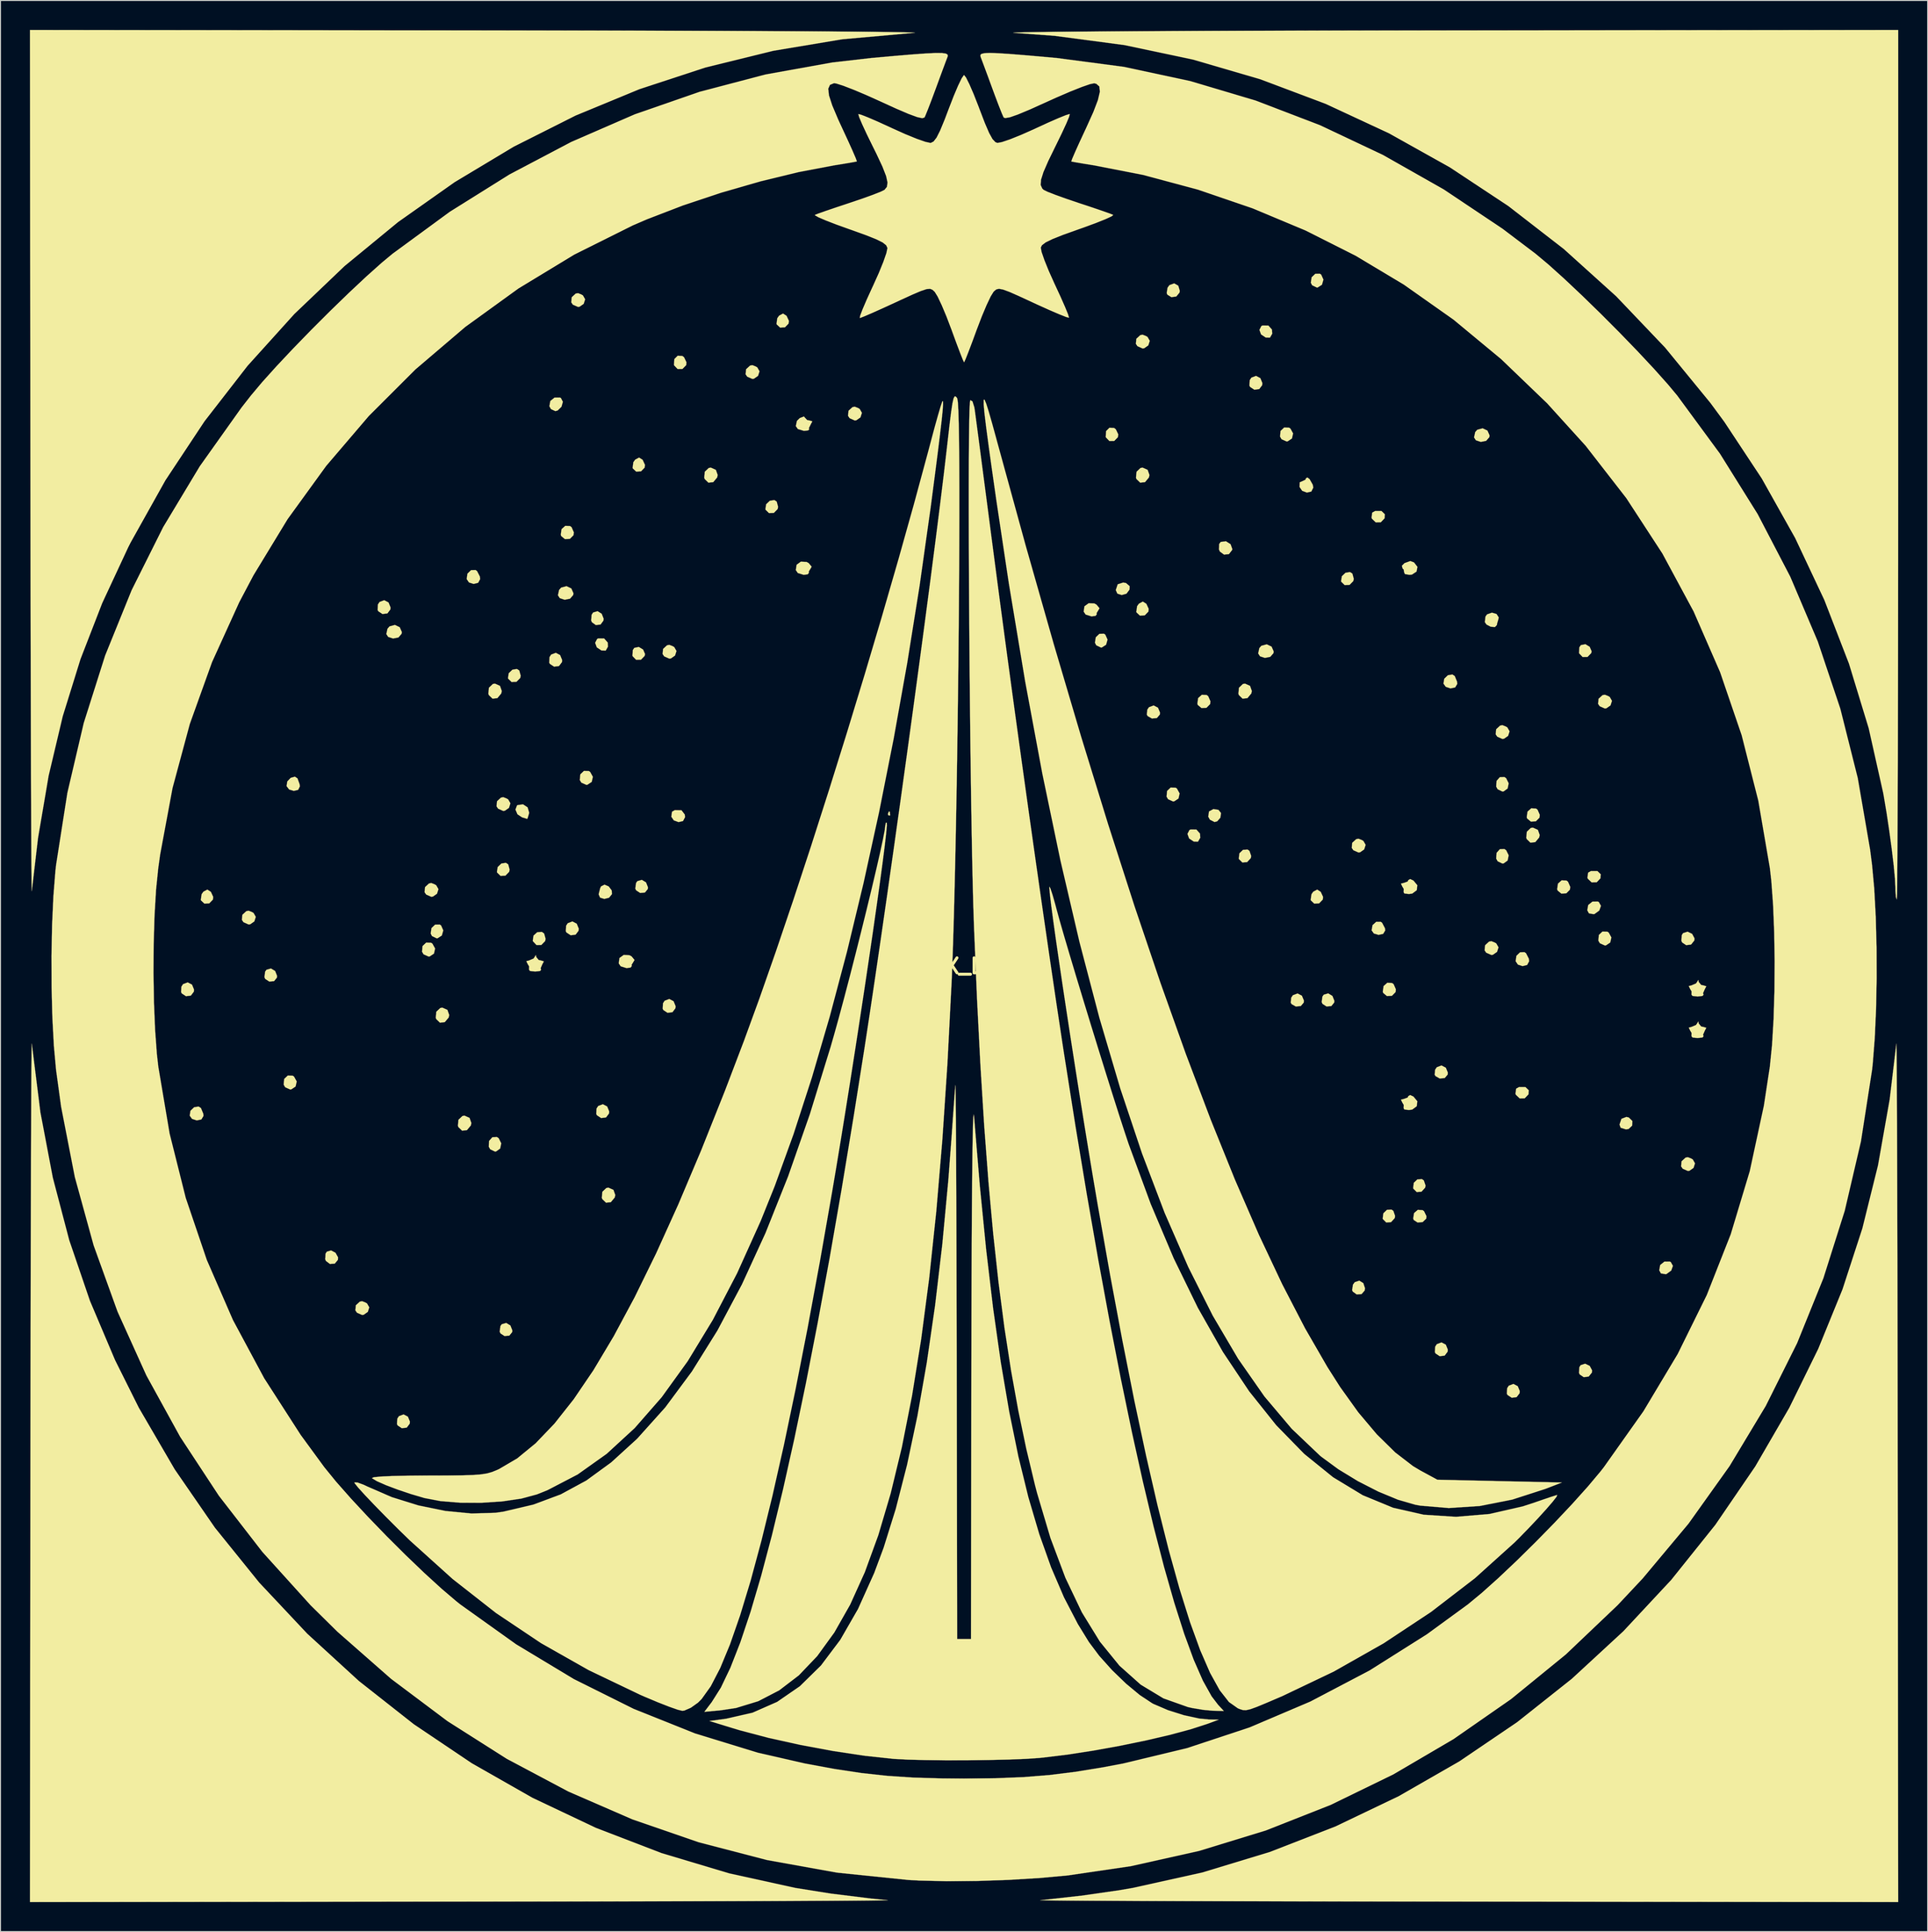
<source format=kicad_pcb>
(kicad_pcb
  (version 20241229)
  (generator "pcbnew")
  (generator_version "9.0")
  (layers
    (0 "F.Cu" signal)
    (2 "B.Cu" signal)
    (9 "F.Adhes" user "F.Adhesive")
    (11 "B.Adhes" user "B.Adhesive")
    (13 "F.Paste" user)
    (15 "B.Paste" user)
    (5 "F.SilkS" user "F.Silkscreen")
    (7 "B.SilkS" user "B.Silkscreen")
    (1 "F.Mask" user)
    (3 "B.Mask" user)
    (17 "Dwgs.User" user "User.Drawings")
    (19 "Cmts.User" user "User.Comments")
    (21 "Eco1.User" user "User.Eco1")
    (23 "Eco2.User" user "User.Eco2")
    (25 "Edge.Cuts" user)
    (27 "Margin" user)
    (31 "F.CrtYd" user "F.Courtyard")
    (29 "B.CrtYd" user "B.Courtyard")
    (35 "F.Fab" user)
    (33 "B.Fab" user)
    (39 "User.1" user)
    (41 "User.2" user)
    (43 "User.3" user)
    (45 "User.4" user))
  (footprint "SPEX_Logo"
    (layer "F.Cu")
    (at 95.114 95.396)
    (property "Reference" "SPEX_Logo" (at 0 0 0) (layer "F.SilkS") (effects (font (size 1.524 1.524) (thickness 0.3))))
    (attr through_hole)
    (fp_poly (pts (xy -7.432 -15.71) (xy -7.398 -15.375) (xy -7.432 -15.334) (xy -7.6 -15.373) (xy -7.62 -15.522) (xy -7.517 -15.755) (xy -7.432 -15.71)) (stroke (width 0.01) (type solid)) (fill yes) (layer "F.SilkS"))
    (fp_poly (pts (xy -36.564 -33.38) (xy -36.197 -32.967) (xy -36.17 -32.549) (xy -36.402 -32.146) (xy -36.83 -32.157) (xy -37.307 -32.474) (xy -37.476 -32.937) (xy -37.277 -33.325) (xy -37.162 -33.385) (xy -36.564 -33.38)) (stroke (width 0.01) (type solid)) (fill yes) (layer "F.SilkS"))
    (fp_poly (pts (xy -28.673 -15.873) (xy -28.337 -15.431) (xy -28.312 -15.169) (xy -28.519 -14.775) (xy -28.977 -14.669) (xy -29.455 -14.843) (xy -29.709 -15.216) (xy -29.641 -15.722) (xy -29.35 -15.887) (xy -28.673 -15.873)) (stroke (width 0.01) (type solid)) (fill yes) (layer "F.SilkS"))
    (fp_poly (pts (xy 16.65 -39.029) (xy 17.021 -38.716) (xy 17.009 -38.358) (xy 16.7 -37.947) (xy 16.211 -37.809) (xy 15.773 -37.953) (xy 15.612 -38.312) (xy 15.808 -38.901) (xy 16.366 -39.077) (xy 16.65 -39.029)) (stroke (width 0.01) (type solid)) (fill yes) (layer "F.SilkS"))
    (fp_poly (pts (xy 23.831 -13.907) (xy 24.198 -13.494) (xy 24.225 -13.076) (xy 23.993 -12.673) (xy 23.566 -12.684) (xy 23.089 -13.001) (xy 22.92 -13.464) (xy 23.119 -13.852) (xy 23.233 -13.912) (xy 23.831 -13.907)) (stroke (width 0.01) (type solid)) (fill yes) (layer "F.SilkS"))
    (fp_poly (pts (xy 26.074 -15.918) (xy 26.342 -15.589) (xy 26.276 -15.117) (xy 25.953 -14.747) (xy 25.682 -14.676) (xy 25.21 -14.912) (xy 25.041 -15.222) (xy 25.116 -15.75) (xy 25.567 -15.994) (xy 26.074 -15.918)) (stroke (width 0.01) (type solid)) (fill yes) (layer "F.SilkS"))
    (fp_poly (pts (xy 31.169 -65.271) (xy 31.536 -64.858) (xy 31.563 -64.44) (xy 31.331 -64.037) (xy 30.903 -64.049) (xy 30.427 -64.365) (xy 30.258 -64.828) (xy 30.456 -65.216) (xy 30.571 -65.276) (xy 31.169 -65.271)) (stroke (width 0.01) (type solid)) (fill yes) (layer "F.SilkS"))
    (fp_poly (pts (xy 43.047 -46.037) (xy 43.018 -45.627) (xy 42.635 -45.223) (xy 42.121 -45.213) (xy 41.732 -45.584) (xy 41.693 -45.696) (xy 41.761 -46.202) (xy 42.053 -46.367) (xy 42.705 -46.367) (xy 43.047 -46.037)) (stroke (width 0.01) (type solid)) (fill yes) (layer "F.SilkS"))
    (fp_poly (pts (xy 57.723 12.665) (xy 57.694 13.075) (xy 57.311 13.479) (xy 56.796 13.489) (xy 56.407 13.118) (xy 56.369 13.007) (xy 56.437 12.5) (xy 56.728 12.336) (xy 57.381 12.335) (xy 57.723 12.665)) (stroke (width 0.01) (type solid)) (fill yes) (layer "F.SilkS"))
    (fp_poly (pts (xy 65.061 -9.348) (xy 65.032 -8.938) (xy 64.648 -8.534) (xy 64.134 -8.524) (xy 63.745 -8.895) (xy 63.707 -9.007) (xy 63.775 -9.513) (xy 64.066 -9.678) (xy 64.718 -9.678) (xy 65.061 -9.348)) (stroke (width 0.01) (type solid)) (fill yes) (layer "F.SilkS"))
    (fp_poly (pts (xy 67.919 15.437) (xy 68.286 15.794) (xy 68.264 16.262) (xy 67.907 16.603) (xy 67.639 16.651) (xy 67.092 16.48) (xy 66.976 16.157) (xy 67.173 15.571) (xy 67.677 15.381) (xy 67.919 15.437)) (stroke (width 0.01) (type solid)) (fill yes) (layer "F.SilkS"))
    (fp_poly (pts (xy -78.587 1.896) (xy -78.38 2.399) (xy -78.398 2.611) (xy -78.7 3.011) (xy -79.198 3.075) (xy -79.629 2.792) (xy -79.697 2.66) (xy -79.665 2.104) (xy -79.499 1.848) (xy -79.025 1.668) (xy -78.587 1.896)) (stroke (width 0.01) (type solid)) (fill yes) (layer "F.SilkS"))
    (fp_poly (pts (xy -77.674 14.477) (xy -77.435 15.056) (xy -77.414 15.275) (xy -77.632 15.635) (xy -78.103 15.732) (xy -78.586 15.573) (xy -78.819 15.249) (xy -78.741 14.751) (xy -78.37 14.395) (xy -77.913 14.319) (xy -77.674 14.477)) (stroke (width 0.01) (type solid)) (fill yes) (layer "F.SilkS"))
    (fp_poly (pts (xy -76.663 -7.559) (xy -76.424 -7.045) (xy -76.456 -6.767) (xy -76.826 -6.387) (xy -77.317 -6.358) (xy -77.667 -6.686) (xy -77.686 -6.746) (xy -77.604 -7.319) (xy -77.423 -7.573) (xy -77.022 -7.789) (xy -76.663 -7.559)) (stroke (width 0.01) (type solid)) (fill yes) (layer "F.SilkS"))
    (fp_poly (pts (xy -70.11 0.509) (xy -69.912 1.005) (xy -69.927 1.181) (xy -70.22 1.542) (xy -70.706 1.583) (xy -71.118 1.314) (xy -71.201 1.132) (xy -71.124 0.568) (xy -70.988 0.381) (xy -70.534 0.251) (xy -70.11 0.509)) (stroke (width 0.01) (type solid)) (fill yes) (layer "F.SilkS"))
    (fp_poly (pts (xy -68.319 11.177) (xy -68.186 11.265) (xy -67.909 11.765) (xy -68.026 12.28) (xy -68.462 12.569) (xy -68.58 12.579) (xy -69.085 12.353) (xy -69.239 12.085) (xy -69.186 11.512) (xy -68.817 11.16) (xy -68.319 11.177)) (stroke (width 0.01) (type solid)) (fill yes) (layer "F.SilkS"))
    (fp_poly (pts (xy -67.83 -19.12) (xy -67.618 -18.535) (xy -67.585 -18.314) (xy -67.761 -17.954) (xy -68.204 -17.847) (xy -68.679 -17.989) (xy -68.942 -18.336) (xy -68.867 -18.813) (xy -68.519 -19.178) (xy -68.093 -19.294) (xy -67.83 -19.12)) (stroke (width 0.01) (type solid)) (fill yes) (layer "F.SilkS"))
    (fp_poly (pts (xy -63.953 29.224) (xy -63.697 29.68) (xy -63.707 29.94) (xy -64.028 30.327) (xy -64.521 30.361) (xy -64.93 30.055) (xy -65.002 29.881) (xy -64.967 29.317) (xy -64.842 29.113) (xy -64.404 28.985) (xy -63.953 29.224)) (stroke (width 0.01) (type solid)) (fill yes) (layer "F.SilkS"))
    (fp_poly (pts (xy -58.549 -37.05) (xy -58.343 -36.548) (xy -58.36 -36.336) (xy -58.662 -35.936) (xy -59.161 -35.872) (xy -59.591 -36.155) (xy -59.659 -36.287) (xy -59.628 -36.843) (xy -59.462 -37.099) (xy -58.987 -37.279) (xy -58.549 -37.05)) (stroke (width 0.01) (type solid)) (fill yes) (layer "F.SilkS"))
    (fp_poly (pts (xy -57.405 -34.524) (xy -57.189 -34.038) (xy -57.212 -33.858) (xy -57.538 -33.484) (xy -58.081 -33.377) (xy -58.581 -33.54) (xy -58.769 -33.831) (xy -58.65 -34.374) (xy -58.444 -34.61) (xy -57.896 -34.759) (xy -57.405 -34.524)) (stroke (width 0.01) (type solid)) (fill yes) (layer "F.SilkS"))
    (fp_poly (pts (xy -56.574 45.923) (xy -56.367 46.426) (xy -56.384 46.637) (xy -56.687 47.038) (xy -57.185 47.102) (xy -57.615 46.819) (xy -57.683 46.687) (xy -57.652 46.13) (xy -57.486 45.875) (xy -57.011 45.695) (xy -56.574 45.923)) (stroke (width 0.01) (type solid)) (fill yes) (layer "F.SilkS"))
    (fp_poly (pts (xy -54.208 -2.37) (xy -54.075 -2.282) (xy -53.798 -1.782) (xy -53.914 -1.267) (xy -54.351 -0.977) (xy -54.469 -0.968) (xy -54.973 -1.194) (xy -55.128 -1.461) (xy -55.075 -2.035) (xy -54.706 -2.386) (xy -54.208 -2.37)) (stroke (width 0.01) (type solid)) (fill yes) (layer "F.SilkS"))
    (fp_poly (pts (xy -53.19 -4.134) (xy -52.964 -3.629) (xy -53.113 -3.109) (xy -53.55 -2.828) (xy -53.634 -2.822) (xy -54.115 -3.054) (xy -54.247 -3.316) (xy -54.162 -3.865) (xy -53.792 -4.219) (xy -53.328 -4.229) (xy -53.19 -4.134)) (stroke (width 0.01) (type solid)) (fill yes) (layer "F.SilkS"))
    (fp_poly (pts (xy -52.544 4.47) (xy -52.359 4.996) (xy -52.414 5.243) (xy -52.81 5.719) (xy -53.302 5.775) (xy -53.681 5.406) (xy -53.729 5.266) (xy -53.672 4.661) (xy -53.269 4.279) (xy -53.058 4.242) (xy -52.544 4.47)) (stroke (width 0.01) (type solid)) (fill yes) (layer "F.SilkS"))
    (fp_poly (pts (xy -50.286 15.477) (xy -50.101 16.003) (xy -50.156 16.25) (xy -50.552 16.726) (xy -51.044 16.781) (xy -51.423 16.413) (xy -51.471 16.273) (xy -51.414 15.668) (xy -51.011 15.286) (xy -50.8 15.249) (xy -50.286 15.477)) (stroke (width 0.01) (type solid)) (fill yes) (layer "F.SilkS"))
    (fp_poly (pts (xy -49.522 -40.249) (xy -49.236 -39.697) (xy -49.201 -39.437) (xy -49.409 -39.054) (xy -49.871 -38.939) (xy -50.345 -39.091) (xy -50.578 -39.441) (xy -50.496 -39.988) (xy -50.131 -40.342) (xy -49.674 -40.357) (xy -49.522 -40.249)) (stroke (width 0.01) (type solid)) (fill yes) (layer "F.SilkS"))
    (fp_poly (pts (xy -47.315 17.549) (xy -47.054 18.07) (xy -47.163 18.599) (xy -47.576 18.898) (xy -47.696 18.909) (xy -48.179 18.674) (xy -48.326 18.407) (xy -48.289 17.821) (xy -47.956 17.447) (xy -47.494 17.429) (xy -47.315 17.549)) (stroke (width 0.01) (type solid)) (fill yes) (layer "F.SilkS"))
    (fp_poly (pts (xy -47.182 -28.55) (xy -46.996 -28.024) (xy -47.052 -27.777) (xy -47.448 -27.301) (xy -47.939 -27.245) (xy -48.319 -27.614) (xy -48.367 -27.754) (xy -48.31 -28.359) (xy -47.907 -28.741) (xy -47.696 -28.778) (xy -47.182 -28.55)) (stroke (width 0.01) (type solid)) (fill yes) (layer "F.SilkS"))
    (fp_poly (pts (xy -46.343 -10.359) (xy -46.198 -9.824) (xy -46.249 -9.596) (xy -46.629 -9.208) (xy -47.123 -9.185) (xy -47.474 -9.526) (xy -47.493 -9.587) (xy -47.414 -10.086) (xy -47.041 -10.442) (xy -46.582 -10.516) (xy -46.343 -10.359)) (stroke (width 0.01) (type solid)) (fill yes) (layer "F.SilkS"))
    (fp_poly (pts (xy -46.121 36.633) (xy -45.923 37.13) (xy -45.938 37.305) (xy -46.231 37.667) (xy -46.717 37.708) (xy -47.129 37.439) (xy -47.212 37.257) (xy -47.135 36.692) (xy -46.999 36.506) (xy -46.546 36.375) (xy -46.121 36.633)) (stroke (width 0.01) (type solid)) (fill yes) (layer "F.SilkS"))
    (fp_poly (pts (xy -45.215 -30.115) (xy -45.069 -29.579) (xy -45.12 -29.351) (xy -45.5 -28.964) (xy -45.994 -28.94) (xy -46.345 -29.282) (xy -46.364 -29.342) (xy -46.285 -29.841) (xy -45.913 -30.197) (xy -45.453 -30.271) (xy -45.215 -30.115)) (stroke (width 0.01) (type solid)) (fill yes) (layer "F.SilkS"))
    (fp_poly (pts (xy -42.68 -3.31) (xy -42.53 -2.769) (xy -42.58 -2.54) (xy -42.967 -2.145) (xy -43.465 -2.142) (xy -43.819 -2.523) (xy -43.836 -2.579) (xy -43.763 -3.097) (xy -43.387 -3.441) (xy -42.916 -3.481) (xy -42.68 -3.31)) (stroke (width 0.01) (type solid)) (fill yes) (layer "F.SilkS"))
    (fp_poly (pts (xy -41.052 -31.688) (xy -40.845 -31.186) (xy -40.862 -30.974) (xy -41.164 -30.573) (xy -41.663 -30.509) (xy -42.093 -30.792) (xy -42.161 -30.924) (xy -42.13 -31.481) (xy -41.964 -31.737) (xy -41.489 -31.916) (xy -41.052 -31.688)) (stroke (width 0.01) (type solid)) (fill yes) (layer "F.SilkS"))
    (fp_poly (pts (xy -40.969 -57.884) (xy -40.77 -57.499) (xy -40.911 -56.998) (xy -41.294 -56.619) (xy -41.534 -56.55) (xy -41.982 -56.754) (xy -42.143 -57.048) (xy -42.048 -57.581) (xy -41.614 -57.93) (xy -41.063 -57.933) (xy -40.969 -57.884)) (stroke (width 0.01) (type solid)) (fill yes) (layer "F.SilkS"))
    (fp_poly (pts (xy -40.036 -44.835) (xy -39.881 -44.719) (xy -39.649 -44.191) (xy -39.683 -43.907) (xy -40.052 -43.532) (xy -40.558 -43.506) (xy -40.937 -43.82) (xy -40.982 -43.956) (xy -40.9 -44.522) (xy -40.52 -44.859) (xy -40.036 -44.835)) (stroke (width 0.01) (type solid)) (fill yes) (layer "F.SilkS"))
    (fp_poly (pts (xy -39.907 -38.475) (xy -39.691 -37.989) (xy -39.714 -37.809) (xy -40.041 -37.435) (xy -40.584 -37.328) (xy -41.083 -37.492) (xy -41.271 -37.782) (xy -41.152 -38.325) (xy -40.946 -38.561) (xy -40.398 -38.71) (xy -39.907 -38.475)) (stroke (width 0.01) (type solid)) (fill yes) (layer "F.SilkS"))
    (fp_poly (pts (xy -39.358 -4.312) (xy -39.152 -3.81) (xy -39.169 -3.598) (xy -39.471 -3.198) (xy -39.97 -3.134) (xy -40.4 -3.417) (xy -40.468 -3.549) (xy -40.436 -4.105) (xy -40.27 -4.361) (xy -39.796 -4.541) (xy -39.358 -4.312)) (stroke (width 0.01) (type solid)) (fill yes) (layer "F.SilkS"))
    (fp_poly (pts (xy -38.122 -19.868) (xy -37.988 -19.78) (xy -37.712 -19.28) (xy -37.828 -18.765) (xy -38.265 -18.475) (xy -38.382 -18.465) (xy -38.887 -18.692) (xy -39.042 -18.959) (xy -38.988 -19.533) (xy -38.619 -19.884) (xy -38.122 -19.868)) (stroke (width 0.01) (type solid)) (fill yes) (layer "F.SilkS"))
    (fp_poly (pts (xy -36.811 -35.898) (xy -36.613 -35.396) (xy -36.629 -35.207) (xy -36.926 -34.802) (xy -37.406 -34.747) (xy -37.81 -35.039) (xy -37.883 -35.216) (xy -37.835 -35.796) (xy -37.685 -36.025) (xy -37.232 -36.158) (xy -36.811 -35.898)) (stroke (width 0.01) (type solid)) (fill yes) (layer "F.SilkS"))
    (fp_poly (pts (xy -36.254 14.314) (xy -36.047 14.817) (xy -36.064 15.028) (xy -36.367 15.429) (xy -36.865 15.493) (xy -37.295 15.21) (xy -37.363 15.078) (xy -37.332 14.522) (xy -37.166 14.266) (xy -36.691 14.086) (xy -36.254 14.314)) (stroke (width 0.01) (type solid)) (fill yes) (layer "F.SilkS"))
    (fp_poly (pts (xy -36.097 -8.11) (xy -35.791 -7.709) (xy -35.763 -7.329) (xy -36.061 -6.961) (xy -36.543 -6.839) (xy -36.972 -6.968) (xy -37.12 -7.307) (xy -36.964 -7.931) (xy -36.874 -8.113) (xy -36.523 -8.29) (xy -36.097 -8.11)) (stroke (width 0.01) (type solid)) (fill yes) (layer "F.SilkS"))
    (fp_poly (pts (xy -35.611 22.815) (xy -35.425 23.34) (xy -35.481 23.588) (xy -35.877 24.064) (xy -36.368 24.119) (xy -36.748 23.751) (xy -36.796 23.611) (xy -36.739 23.005) (xy -36.336 22.624) (xy -36.124 22.586) (xy -35.611 22.815)) (stroke (width 0.01) (type solid)) (fill yes) (layer "F.SilkS"))
    (fp_poly (pts (xy -32.636 -51.585) (xy -32.398 -51.072) (xy -32.429 -50.794) (xy -32.8 -50.414) (xy -33.291 -50.385) (xy -33.64 -50.713) (xy -33.659 -50.773) (xy -33.578 -51.346) (xy -33.396 -51.6) (xy -32.996 -51.815) (xy -32.636 -51.585)) (stroke (width 0.01) (type solid)) (fill yes) (layer "F.SilkS"))
    (fp_poly (pts (xy -32.588 -32.249) (xy -32.391 -31.797) (xy -32.427 -31.609) (xy -32.806 -31.216) (xy -33.3 -31.207) (xy -33.654 -31.574) (xy -33.673 -31.634) (xy -33.636 -32.198) (xy -33.484 -32.422) (xy -33.026 -32.514) (xy -32.588 -32.249)) (stroke (width 0.01) (type solid)) (fill yes) (layer "F.SilkS"))
    (fp_poly (pts (xy -32.292 -8.523) (xy -32.094 -8.026) (xy -32.11 -7.85) (xy -32.402 -7.489) (xy -32.888 -7.448) (xy -33.3 -7.717) (xy -33.383 -7.899) (xy -33.306 -8.463) (xy -33.17 -8.65) (xy -32.717 -8.78) (xy -32.292 -8.523)) (stroke (width 0.01) (type solid)) (fill yes) (layer "F.SilkS"))
    (fp_poly (pts (xy -29.48 3.59) (xy -29.274 4.092) (xy -29.291 4.304) (xy -29.593 4.704) (xy -30.092 4.768) (xy -30.522 4.485) (xy -30.59 4.353) (xy -30.559 3.797) (xy -30.393 3.541) (xy -29.918 3.361) (xy -29.48 3.59)) (stroke (width 0.01) (type solid)) (fill yes) (layer "F.SilkS"))
    (fp_poly (pts (xy -28.584 -62.168) (xy -28.415 -62.04) (xy -28.168 -61.525) (xy -28.196 -61.236) (xy -28.574 -60.848) (xy -29.07 -60.842) (xy -29.422 -61.211) (xy -29.439 -61.267) (xy -29.401 -61.852) (xy -29.057 -62.196) (xy -28.584 -62.168)) (stroke (width 0.01) (type solid)) (fill yes) (layer "F.SilkS"))
    (fp_poly (pts (xy -25.169 -50.563) (xy -24.983 -50.037) (xy -25.038 -49.79) (xy -25.434 -49.314) (xy -25.926 -49.259) (xy -26.305 -49.627) (xy -26.353 -49.767) (xy -26.296 -50.372) (xy -25.894 -50.754) (xy -25.682 -50.791) (xy -25.169 -50.563)) (stroke (width 0.01) (type solid)) (fill yes) (layer "F.SilkS"))
    (fp_poly (pts (xy -18.968 -47.33) (xy -18.823 -46.795) (xy -18.873 -46.567) (xy -19.253 -46.179) (xy -19.747 -46.156) (xy -20.098 -46.497) (xy -20.117 -46.558) (xy -20.038 -47.057) (xy -19.666 -47.413) (xy -19.206 -47.487) (xy -18.968 -47.33)) (stroke (width 0.01) (type solid)) (fill yes) (layer "F.SilkS"))
    (fp_poly (pts (xy -17.961 -66.261) (xy -17.722 -65.747) (xy -17.754 -65.469) (xy -18.124 -65.089) (xy -18.615 -65.061) (xy -18.965 -65.388) (xy -18.984 -65.449) (xy -18.902 -66.021) (xy -18.72 -66.275) (xy -18.32 -66.491) (xy -17.961 -66.261)) (stroke (width 0.01) (type solid)) (fill yes) (layer "F.SilkS"))
    (fp_poly (pts (xy 14.543 -33.768) (xy 14.769 -33.262) (xy 14.621 -32.742) (xy 14.183 -32.461) (xy 14.099 -32.456) (xy 13.619 -32.687) (xy 13.487 -32.949) (xy 13.571 -33.498) (xy 13.942 -33.852) (xy 14.406 -33.862) (xy 14.543 -33.768)) (stroke (width 0.01) (type solid)) (fill yes) (layer "F.SilkS"))
    (fp_poly (pts (xy 15.442 -54.83) (xy 15.611 -54.702) (xy 15.859 -54.188) (xy 15.831 -53.898) (xy 15.452 -53.51) (xy 14.957 -53.504) (xy 14.604 -53.874) (xy 14.587 -53.929) (xy 14.626 -54.514) (xy 14.969 -54.858) (xy 15.442 -54.83)) (stroke (width 0.01) (type solid)) (fill yes) (layer "F.SilkS"))
    (fp_poly (pts (xy 18.728 -36.91) (xy 18.967 -36.396) (xy 18.935 -36.118) (xy 18.565 -35.738) (xy 18.074 -35.709) (xy 17.724 -36.037) (xy 17.705 -36.098) (xy 17.787 -36.67) (xy 17.968 -36.924) (xy 18.369 -37.14) (xy 18.728 -36.91)) (stroke (width 0.01) (type solid)) (fill yes) (layer "F.SilkS"))
    (fp_poly (pts (xy 18.858 -50.563) (xy 19.044 -50.037) (xy 18.988 -49.79) (xy 18.592 -49.314) (xy 18.101 -49.259) (xy 17.721 -49.627) (xy 17.673 -49.767) (xy 17.73 -50.372) (xy 18.133 -50.754) (xy 18.344 -50.791) (xy 18.858 -50.563)) (stroke (width 0.01) (type solid)) (fill yes) (layer "F.SilkS"))
    (fp_poly (pts (xy 19.912 -26.325) (xy 20.118 -25.828) (xy 20.102 -25.63) (xy 19.804 -25.275) (xy 19.299 -25.222) (xy 18.86 -25.474) (xy 18.776 -25.622) (xy 18.826 -26.125) (xy 18.996 -26.374) (xy 19.471 -26.552) (xy 19.912 -26.325)) (stroke (width 0.01) (type solid)) (fill yes) (layer "F.SilkS"))
    (fp_poly (pts (xy 21.71 -18.174) (xy 21.843 -18.086) (xy 22.12 -17.586) (xy 22.003 -17.071) (xy 21.567 -16.782) (xy 21.449 -16.772) (xy 20.944 -16.999) (xy 20.79 -17.266) (xy 20.843 -17.84) (xy 21.212 -18.191) (xy 21.71 -18.174)) (stroke (width 0.01) (type solid)) (fill yes) (layer "F.SilkS"))
    (fp_poly (pts (xy 21.983 -69.329) (xy 22.137 -68.809) (xy 22.108 -68.63) (xy 21.786 -68.235) (xy 21.286 -68.16) (xy 20.875 -68.415) (xy 20.803 -68.578) (xy 20.891 -69.126) (xy 21.082 -69.388) (xy 21.569 -69.567) (xy 21.983 -69.329)) (stroke (width 0.01) (type solid)) (fill yes) (layer "F.SilkS"))
    (fp_poly (pts (xy 24.875 -27.619) (xy 25.03 -27.503) (xy 25.263 -26.975) (xy 25.228 -26.691) (xy 24.859 -26.316) (xy 24.353 -26.291) (xy 23.974 -26.604) (xy 23.929 -26.741) (xy 24.011 -27.306) (xy 24.392 -27.644) (xy 24.875 -27.619)) (stroke (width 0.01) (type solid)) (fill yes) (layer "F.SilkS"))
    (fp_poly (pts (xy 27.313 -42.987) (xy 27.491 -42.493) (xy 27.474 -42.398) (xy 27.148 -41.978) (xy 26.65 -41.928) (xy 26.225 -42.239) (xy 26.133 -42.454) (xy 26.151 -42.999) (xy 26.313 -43.221) (xy 26.843 -43.284) (xy 27.313 -42.987)) (stroke (width 0.01) (type solid)) (fill yes) (layer "F.SilkS"))
    (fp_poly (pts (xy 29.24 -11.734) (xy 29.418 -11.214) (xy 29.376 -10.997) (xy 29.002 -10.588) (xy 28.519 -10.551) (xy 28.173 -10.895) (xy 28.153 -10.958) (xy 28.219 -11.489) (xy 28.585 -11.84) (xy 29.05 -11.867) (xy 29.24 -11.734)) (stroke (width 0.01) (type solid)) (fill yes) (layer "F.SilkS"))
    (fp_poly (pts (xy 29.3 -28.55) (xy 29.486 -28.024) (xy 29.43 -27.777) (xy 29.035 -27.301) (xy 28.543 -27.245) (xy 28.163 -27.614) (xy 28.115 -27.754) (xy 28.173 -28.359) (xy 28.575 -28.741) (xy 28.787 -28.778) (xy 29.3 -28.55)) (stroke (width 0.01) (type solid)) (fill yes) (layer "F.SilkS"))
    (fp_poly (pts (xy 30.351 -59.91) (xy 30.557 -59.408) (xy 30.54 -59.196) (xy 30.238 -58.796) (xy 29.739 -58.732) (xy 29.309 -59.015) (xy 29.241 -59.147) (xy 29.272 -59.703) (xy 29.438 -59.959) (xy 29.913 -60.139) (xy 30.351 -59.91)) (stroke (width 0.01) (type solid)) (fill yes) (layer "F.SilkS"))
    (fp_poly (pts (xy 31.495 -32.548) (xy 31.711 -32.063) (xy 31.688 -31.882) (xy 31.362 -31.509) (xy 30.819 -31.401) (xy 30.319 -31.565) (xy 30.131 -31.856) (xy 30.25 -32.399) (xy 30.456 -32.634) (xy 31.004 -32.783) (xy 31.495 -32.548)) (stroke (width 0.01) (type solid)) (fill yes) (layer "F.SilkS"))
    (fp_poly (pts (xy 33.281 -54.863) (xy 33.414 -54.775) (xy 33.691 -54.275) (xy 33.574 -53.76) (xy 33.138 -53.471) (xy 33.02 -53.461) (xy 32.515 -53.687) (xy 32.361 -53.955) (xy 32.414 -54.528) (xy 32.783 -54.88) (xy 33.281 -54.863)) (stroke (width 0.01) (type solid)) (fill yes) (layer "F.SilkS"))
    (fp_poly (pts (xy 34.587 3.026) (xy 34.794 3.523) (xy 34.777 3.721) (xy 34.479 4.076) (xy 33.975 4.129) (xy 33.535 3.877) (xy 33.452 3.73) (xy 33.502 3.226) (xy 33.672 2.977) (xy 34.147 2.799) (xy 34.587 3.026)) (stroke (width 0.01) (type solid)) (fill yes) (layer "F.SilkS"))
    (fp_poly (pts (xy 36.508 -7.559) (xy 36.747 -7.045) (xy 36.715 -6.767) (xy 36.345 -6.387) (xy 35.854 -6.358) (xy 35.504 -6.686) (xy 35.485 -6.746) (xy 35.567 -7.319) (xy 35.748 -7.573) (xy 36.149 -7.789) (xy 36.508 -7.559)) (stroke (width 0.01) (type solid)) (fill yes) (layer "F.SilkS"))
    (fp_poly (pts (xy 36.556 -70.457) (xy 36.783 -69.951) (xy 36.634 -69.431) (xy 36.197 -69.15) (xy 36.112 -69.144) (xy 35.632 -69.376) (xy 35.5 -69.638) (xy 35.584 -70.187) (xy 35.955 -70.541) (xy 36.419 -70.551) (xy 36.556 -70.457)) (stroke (width 0.01) (type solid)) (fill yes) (layer "F.SilkS"))
    (fp_poly (pts (xy 37.699 3.049) (xy 37.897 3.545) (xy 37.882 3.721) (xy 37.589 4.082) (xy 37.103 4.123) (xy 36.691 3.854) (xy 36.608 3.672) (xy 36.685 3.108) (xy 36.821 2.921) (xy 37.274 2.791) (xy 37.699 3.049)) (stroke (width 0.01) (type solid)) (fill yes) (layer "F.SilkS"))
    (fp_poly (pts (xy 39.734 -39.992) (xy 39.879 -39.457) (xy 39.829 -39.229) (xy 39.449 -38.842) (xy 38.955 -38.818) (xy 38.604 -39.16) (xy 38.585 -39.22) (xy 38.664 -39.719) (xy 39.036 -40.075) (xy 39.496 -40.149) (xy 39.734 -39.992)) (stroke (width 0.01) (type solid)) (fill yes) (layer "F.SilkS"))
    (fp_poly (pts (xy 40.851 32.318) (xy 41.023 32.834) (xy 40.993 33.063) (xy 40.673 33.434) (xy 40.176 33.468) (xy 39.774 33.174) (xy 39.712 33.023) (xy 39.798 32.47) (xy 39.977 32.224) (xy 40.444 32.067) (xy 40.851 32.318)) (stroke (width 0.01) (type solid)) (fill yes) (layer "F.SilkS"))
    (fp_poly (pts (xy 42.764 -4.407) (xy 43.057 -3.848) (xy 43.086 -3.63) (xy 42.874 -3.278) (xy 42.405 -3.174) (xy 41.928 -3.316) (xy 41.702 -3.634) (xy 41.793 -4.164) (xy 42.169 -4.504) (xy 42.629 -4.506) (xy 42.764 -4.407)) (stroke (width 0.01) (type solid)) (fill yes) (layer "F.SilkS"))
    (fp_poly (pts (xy 43.784 1.732) (xy 43.939 1.848) (xy 44.171 2.376) (xy 44.137 2.66) (xy 43.768 3.035) (xy 43.262 3.061) (xy 42.883 2.747) (xy 42.838 2.611) (xy 42.92 2.045) (xy 43.3 1.707) (xy 43.784 1.732)) (stroke (width 0.01) (type solid)) (fill yes) (layer "F.SilkS"))
    (fp_poly (pts (xy 43.915 24.955) (xy 44.094 25.475) (xy 44.052 25.692) (xy 43.678 26.101) (xy 43.195 26.138) (xy 42.849 25.794) (xy 42.829 25.731) (xy 42.895 25.199) (xy 43.26 24.849) (xy 43.725 24.822) (xy 43.915 24.955)) (stroke (width 0.01) (type solid)) (fill yes) (layer "F.SilkS"))
    (fp_poly (pts (xy 46.898 24.88) (xy 47.044 24.99) (xy 47.287 25.488) (xy 47.264 25.743) (xy 46.904 26.094) (xy 46.391 26.14) (xy 45.996 25.882) (xy 45.938 25.734) (xy 46.026 25.177) (xy 46.412 24.848) (xy 46.898 24.88)) (stroke (width 0.01) (type solid)) (fill yes) (layer "F.SilkS"))
    (fp_poly (pts (xy 47.02 21.85) (xy 47.198 22.371) (xy 47.156 22.588) (xy 46.782 22.997) (xy 46.299 23.033) (xy 45.953 22.69) (xy 45.933 22.626) (xy 45.999 22.095) (xy 46.365 21.744) (xy 46.83 21.717) (xy 47.02 21.85)) (stroke (width 0.01) (type solid)) (fill yes) (layer "F.SilkS"))
    (fp_poly (pts (xy 49.26 38.585) (xy 49.466 39.088) (xy 49.449 39.299) (xy 49.147 39.7) (xy 48.648 39.764) (xy 48.218 39.481) (xy 48.15 39.349) (xy 48.181 38.793) (xy 48.347 38.537) (xy 48.822 38.357) (xy 49.26 38.585)) (stroke (width 0.01) (type solid)) (fill yes) (layer "F.SilkS"))
    (fp_poly (pts (xy 49.263 10.364) (xy 49.469 10.861) (xy 49.453 11.058) (xy 49.155 11.414) (xy 48.65 11.466) (xy 48.211 11.215) (xy 48.127 11.067) (xy 48.177 10.563) (xy 48.347 10.315) (xy 48.822 10.136) (xy 49.263 10.364)) (stroke (width 0.01) (type solid)) (fill yes) (layer "F.SilkS"))
    (fp_poly (pts (xy 50.173 -29.55) (xy 50.412 -28.971) (xy 50.432 -28.751) (xy 50.215 -28.392) (xy 49.743 -28.294) (xy 49.261 -28.454) (xy 49.027 -28.778) (xy 49.106 -29.275) (xy 49.476 -29.632) (xy 49.934 -29.708) (xy 50.173 -29.55)) (stroke (width 0.01) (type solid)) (fill yes) (layer "F.SilkS"))
    (fp_poly (pts (xy 53.508 -54.562) (xy 53.724 -54.076) (xy 53.702 -53.896) (xy 53.375 -53.522) (xy 52.832 -53.415) (xy 52.332 -53.578) (xy 52.144 -53.869) (xy 52.264 -54.412) (xy 52.469 -54.648) (xy 53.018 -54.797) (xy 53.508 -54.562)) (stroke (width 0.01) (type solid)) (fill yes) (layer "F.SilkS"))
    (fp_poly (pts (xy 55.414 -19.14) (xy 55.675 -18.619) (xy 55.566 -18.09) (xy 55.153 -17.791) (xy 55.033 -17.78) (xy 54.55 -18.015) (xy 54.403 -18.282) (xy 54.44 -18.868) (xy 54.773 -19.242) (xy 55.235 -19.26) (xy 55.414 -19.14)) (stroke (width 0.01) (type solid)) (fill yes) (layer "F.SilkS"))
    (fp_poly (pts (xy 55.414 -11.802) (xy 55.675 -11.281) (xy 55.566 -10.752) (xy 55.153 -10.453) (xy 55.033 -10.442) (xy 54.55 -10.677) (xy 54.403 -10.944) (xy 54.44 -11.531) (xy 54.773 -11.904) (xy 55.235 -11.922) (xy 55.414 -11.802)) (stroke (width 0.01) (type solid)) (fill yes) (layer "F.SilkS"))
    (fp_poly (pts (xy 56.597 42.819) (xy 56.804 43.321) (xy 56.787 43.533) (xy 56.484 43.933) (xy 55.986 43.997) (xy 55.556 43.714) (xy 55.488 43.582) (xy 55.519 43.026) (xy 55.685 42.77) (xy 56.16 42.59) (xy 56.597 42.819)) (stroke (width 0.01) (type solid)) (fill yes) (layer "F.SilkS"))
    (fp_poly (pts (xy 57.44 -1.303) (xy 57.726 -0.75) (xy 57.761 -0.491) (xy 57.554 -0.108) (xy 57.092 0.008) (xy 56.618 -0.144) (xy 56.384 -0.494) (xy 56.467 -1.041) (xy 56.831 -1.396) (xy 57.288 -1.41) (xy 57.44 -1.303)) (stroke (width 0.01) (type solid)) (fill yes) (layer "F.SilkS"))
    (fp_poly (pts (xy 58.46 -16.048) (xy 58.615 -15.932) (xy 58.847 -15.404) (xy 58.812 -15.12) (xy 58.443 -14.745) (xy 57.937 -14.719) (xy 57.558 -15.033) (xy 57.513 -15.169) (xy 57.596 -15.735) (xy 57.976 -16.073) (xy 58.46 -16.048)) (stroke (width 0.01) (type solid)) (fill yes) (layer "F.SilkS"))
    (fp_poly (pts (xy 58.651 -13.874) (xy 58.837 -13.349) (xy 58.782 -13.101) (xy 58.386 -12.625) (xy 57.894 -12.57) (xy 57.515 -12.938) (xy 57.467 -13.078) (xy 57.524 -13.683) (xy 57.926 -14.065) (xy 58.138 -14.102) (xy 58.651 -13.874)) (stroke (width 0.01) (type solid)) (fill yes) (layer "F.SilkS"))
    (fp_poly (pts (xy 61.564 -8.71) (xy 61.719 -8.594) (xy 61.951 -8.066) (xy 61.917 -7.782) (xy 61.548 -7.407) (xy 61.042 -7.382) (xy 60.663 -7.695) (xy 60.618 -7.832) (xy 60.7 -8.397) (xy 61.08 -8.735) (xy 61.564 -8.71)) (stroke (width 0.01) (type solid)) (fill yes) (layer "F.SilkS"))
    (fp_poly (pts (xy 63.932 -32.531) (xy 64.129 -32.079) (xy 64.093 -31.891) (xy 63.714 -31.499) (xy 63.22 -31.489) (xy 62.866 -31.857) (xy 62.847 -31.916) (xy 62.884 -32.48) (xy 63.036 -32.704) (xy 63.494 -32.796) (xy 63.932 -32.531)) (stroke (width 0.01) (type solid)) (fill yes) (layer "F.SilkS"))
    (fp_poly (pts (xy 63.935 40.75) (xy 64.179 41.203) (xy 64.163 41.422) (xy 63.836 41.833) (xy 63.334 41.901) (xy 62.919 41.624) (xy 62.844 41.45) (xy 62.884 40.883) (xy 63.011 40.677) (xy 63.472 40.527) (xy 63.935 40.75)) (stroke (width 0.01) (type solid)) (fill yes) (layer "F.SilkS"))
    (fp_poly (pts (xy 64.865 -6.519) (xy 65.083 -6.132) (xy 64.911 -5.657) (xy 64.439 -5.309) (xy 64.351 -5.282) (xy 63.861 -5.364) (xy 63.691 -5.681) (xy 63.785 -6.217) (xy 64.219 -6.565) (xy 64.771 -6.568) (xy 64.865 -6.519)) (stroke (width 0.01) (type solid)) (fill yes) (layer "F.SilkS"))
    (fp_poly (pts (xy 65.736 -3.499) (xy 65.87 -3.411) (xy 66.146 -2.911) (xy 66.03 -2.396) (xy 65.593 -2.106) (xy 65.476 -2.097) (xy 64.971 -2.323) (xy 64.816 -2.59) (xy 64.87 -3.164) (xy 65.239 -3.515) (xy 65.736 -3.499)) (stroke (width 0.01) (type solid)) (fill yes) (layer "F.SilkS"))
    (fp_poly (pts (xy 72.203 30.169) (xy 72.42 30.557) (xy 72.249 31.032) (xy 71.777 31.38) (xy 71.689 31.407) (xy 71.198 31.325) (xy 71.029 31.008) (xy 71.123 30.472) (xy 71.557 30.123) (xy 72.109 30.121) (xy 72.203 30.169)) (stroke (width 0.01) (type solid)) (fill yes) (layer "F.SilkS"))
    (fp_poly (pts (xy 74.377 -3.277) (xy 74.621 -2.824) (xy 74.605 -2.604) (xy 74.278 -2.194) (xy 73.776 -2.125) (xy 73.361 -2.403) (xy 73.286 -2.577) (xy 73.326 -3.144) (xy 73.454 -3.35) (xy 73.914 -3.5) (xy 74.377 -3.277)) (stroke (width 0.01) (type solid)) (fill yes) (layer "F.SilkS"))
    (fp_poly (pts (xy -72.48 -5.505) (xy -72.31 -5.406) (xy -72.083 -5.009) (xy -72.231 -4.546) (xy -72.652 -4.253) (xy -72.813 -4.233) (xy -73.335 -4.465) (xy -73.498 -4.705) (xy -73.448 -5.221) (xy -73.046 -5.59) (xy -72.813 -5.636) (xy -72.48 -5.505)) (stroke (width 0.01) (type solid)) (fill yes) (layer "F.SilkS"))
    (fp_poly (pts (xy -60.909 34.288) (xy -60.739 34.387) (xy -60.512 34.784) (xy -60.66 35.247) (xy -61.081 35.54) (xy -61.242 35.56) (xy -61.764 35.329) (xy -61.927 35.089) (xy -61.877 34.573) (xy -61.474 34.204) (xy -61.242 34.158) (xy -60.909 34.288)) (stroke (width 0.01) (type solid)) (fill yes) (layer "F.SilkS"))
    (fp_poly (pts (xy -53.853 -8.327) (xy -53.683 -8.228) (xy -53.456 -7.832) (xy -53.604 -7.369) (xy -54.025 -7.075) (xy -54.187 -7.056) (xy -54.709 -7.287) (xy -54.872 -7.527) (xy -54.821 -8.043) (xy -54.419 -8.412) (xy -54.187 -8.458) (xy -53.853 -8.327)) (stroke (width 0.01) (type solid)) (fill yes) (layer "F.SilkS"))
    (fp_poly (pts (xy -46.515 -17.076) (xy -46.345 -16.977) (xy -46.119 -16.581) (xy -46.267 -16.118) (xy -46.688 -15.824) (xy -46.849 -15.804) (xy -47.371 -16.036) (xy -47.534 -16.276) (xy -47.483 -16.792) (xy -47.081 -17.161) (xy -46.849 -17.207) (xy -46.515 -17.076)) (stroke (width 0.01) (type solid)) (fill yes) (layer "F.SilkS"))
    (fp_poly (pts (xy -38.895 -68.44) (xy -38.725 -68.341) (xy -38.499 -67.945) (xy -38.647 -67.482) (xy -39.068 -67.189) (xy -39.229 -67.169) (xy -39.751 -67.4) (xy -39.914 -67.64) (xy -39.863 -68.156) (xy -39.461 -68.525) (xy -39.229 -68.571) (xy -38.895 -68.44)) (stroke (width 0.01) (type solid)) (fill yes) (layer "F.SilkS"))
    (fp_poly (pts (xy -29.582 -32.598) (xy -29.412 -32.499) (xy -29.185 -32.103) (xy -29.333 -31.64) (xy -29.754 -31.346) (xy -29.916 -31.327) (xy -30.438 -31.558) (xy -30.6 -31.798) (xy -30.55 -32.314) (xy -30.148 -32.683) (xy -29.916 -32.729) (xy -29.582 -32.598)) (stroke (width 0.01) (type solid)) (fill yes) (layer "F.SilkS"))
    (fp_poly (pts (xy -21.115 -61.103) (xy -20.945 -61.004) (xy -20.719 -60.607) (xy -20.867 -60.144) (xy -21.288 -59.851) (xy -21.449 -59.831) (xy -21.971 -60.062) (xy -22.134 -60.302) (xy -22.083 -60.818) (xy -21.681 -61.187) (xy -21.449 -61.234) (xy -21.115 -61.103)) (stroke (width 0.01) (type solid)) (fill yes) (layer "F.SilkS"))
    (fp_poly (pts (xy -10.673 -56.869) (xy -10.503 -56.77) (xy -10.276 -56.374) (xy -10.424 -55.911) (xy -10.845 -55.617) (xy -11.007 -55.598) (xy -11.529 -55.829) (xy -11.692 -56.069) (xy -11.641 -56.585) (xy -11.239 -56.954) (xy -11.007 -57) (xy -10.673 -56.869)) (stroke (width 0.01) (type solid)) (fill yes) (layer "F.SilkS"))
    (fp_poly (pts (xy 18.678 -64.207) (xy 18.848 -64.108) (xy 19.075 -63.712) (xy 18.927 -63.249) (xy 18.506 -62.955) (xy 18.344 -62.936) (xy 17.822 -63.167) (xy 17.66 -63.407) (xy 17.71 -63.923) (xy 18.112 -64.292) (xy 18.344 -64.338) (xy 18.678 -64.207)) (stroke (width 0.01) (type solid)) (fill yes) (layer "F.SilkS"))
    (fp_poly (pts (xy 40.691 -12.843) (xy 40.861 -12.744) (xy 41.088 -12.347) (xy 40.94 -11.884) (xy 40.519 -11.591) (xy 40.358 -11.571) (xy 39.836 -11.802) (xy 39.673 -12.042) (xy 39.723 -12.558) (xy 40.126 -12.927) (xy 40.358 -12.974) (xy 40.691 -12.843)) (stroke (width 0.01) (type solid)) (fill yes) (layer "F.SilkS"))
    (fp_poly (pts (xy 54.238 -2.4) (xy 54.408 -2.301) (xy 54.635 -1.905) (xy 54.487 -1.442) (xy 54.066 -1.149) (xy 53.904 -1.129) (xy 53.382 -1.36) (xy 53.22 -1.6) (xy 53.27 -2.116) (xy 53.672 -2.485) (xy 53.904 -2.531) (xy 54.238 -2.4)) (stroke (width 0.01) (type solid)) (fill yes) (layer "F.SilkS"))
    (fp_poly (pts (xy 55.367 -24.414) (xy 55.537 -24.315) (xy 55.764 -23.918) (xy 55.616 -23.455) (xy 55.195 -23.162) (xy 55.033 -23.142) (xy 54.511 -23.374) (xy 54.348 -23.614) (xy 54.399 -24.129) (xy 54.801 -24.499) (xy 55.033 -24.545) (xy 55.367 -24.414)) (stroke (width 0.01) (type solid)) (fill yes) (layer "F.SilkS"))
    (fp_poly (pts (xy 65.809 -27.518) (xy 65.979 -27.419) (xy 66.206 -27.023) (xy 66.058 -26.56) (xy 65.637 -26.266) (xy 65.476 -26.247) (xy 64.953 -26.478) (xy 64.791 -26.718) (xy 64.841 -27.234) (xy 65.243 -27.603) (xy 65.476 -27.649) (xy 65.809 -27.518)) (stroke (width 0.01) (type solid)) (fill yes) (layer "F.SilkS"))
    (fp_poly (pts (xy 74.276 19.613) (xy 74.446 19.712) (xy 74.672 20.108) (xy 74.525 20.571) (xy 74.104 20.865) (xy 73.942 20.884) (xy 73.42 20.653) (xy 73.257 20.413) (xy 73.308 19.897) (xy 73.71 19.528) (xy 73.942 19.482) (xy 74.276 19.613)) (stroke (width 0.01) (type solid)) (fill yes) (layer "F.SilkS"))
    (fp_poly (pts (xy -44.367 -16.168) (xy -44.207 -15.631) (xy -44.226 -15.526) (xy -44.36 -15.084) (xy -44.412 -14.991) (xy -44.675 -15.08) (xy -44.92 -15.148) (xy -45.397 -15.463) (xy -45.602 -15.943) (xy -45.445 -16.359) (xy -45.392 -16.397) (xy -44.834 -16.477) (xy -44.367 -16.168)) (stroke (width 0.01) (type solid)) (fill yes) (layer "F.SilkS"))
    (fp_poly (pts (xy -33.983 -1.102) (xy -33.765 -0.982) (xy -33.464 -0.617) (xy -33.572 -0.431) (xy -33.766 -0.115) (xy -33.735 -0.016) (xy -33.861 0.155) (xy -34.271 0.212) (xy -34.871 0.026) (xy -35.075 -0.273) (xy -34.996 -0.817) (xy -34.565 -1.129) (xy -33.983 -1.102)) (stroke (width 0.01) (type solid)) (fill yes) (layer "F.SilkS"))
    (fp_poly (pts (xy -15.921 -41.178) (xy -15.703 -41.057) (xy -15.402 -40.693) (xy -15.51 -40.506) (xy -15.703 -40.19) (xy -15.673 -40.091) (xy -15.799 -39.92) (xy -16.209 -39.864) (xy -16.809 -40.05) (xy -17.013 -40.349) (xy -16.933 -40.892) (xy -16.503 -41.205) (xy -15.921 -41.178)) (stroke (width 0.01) (type solid)) (fill yes) (layer "F.SilkS"))
    (fp_poly (pts (xy 13.43 -36.945) (xy 13.648 -36.824) (xy 13.95 -36.46) (xy 13.841 -36.273) (xy 13.648 -35.957) (xy 13.678 -35.858) (xy 13.552 -35.687) (xy 13.142 -35.631) (xy 12.542 -35.817) (xy 12.338 -36.116) (xy 12.418 -36.659) (xy 12.848 -36.971) (xy 13.43 -36.945)) (stroke (width 0.01) (type solid)) (fill yes) (layer "F.SilkS"))
    (fp_poly (pts (xy 35.372 -49.617) (xy 35.698 -49.043) (xy 35.748 -48.751) (xy 35.548 -48.354) (xy 35.097 -48.251) (xy 34.619 -48.429) (xy 34.349 -48.824) (xy 34.372 -49.296) (xy 34.599 -49.389) (xy 34.957 -49.561) (xy 34.996 -49.691) (xy 35.145 -49.79) (xy 35.372 -49.617)) (stroke (width 0.01) (type solid)) (fill yes) (layer "F.SilkS"))
    (fp_poly (pts (xy 46.021 -41.127) (xy 46.37 -40.675) (xy 46.276 -40.197) (xy 45.81 -39.892) (xy 45.56 -39.864) (xy 45.1 -39.942) (xy 45.024 -40.091) (xy 44.964 -40.42) (xy 44.861 -40.506) (xy 44.786 -40.788) (xy 45.054 -41.057) (xy 45.645 -41.268) (xy 46.021 -41.127)) (stroke (width 0.01) (type solid)) (fill yes) (layer "F.SilkS"))
    (fp_poly (pts (xy 54.434 -35.875) (xy 54.655 -35.529) (xy 54.626 -35.359) (xy 54.484 -34.874) (xy 54.469 -34.751) (xy 54.271 -34.543) (xy 53.838 -34.58) (xy 53.412 -34.802) (xy 53.245 -35.046) (xy 53.31 -35.616) (xy 53.474 -35.837) (xy 53.965 -36.008) (xy 54.434 -35.875)) (stroke (width 0.01) (type solid)) (fill yes) (layer "F.SilkS"))
    (fp_poly (pts (xy -16.087 -55.882) (xy -15.856 -55.635) (xy -15.629 -55.598) (xy -15.332 -55.508) (xy -15.485 -55.219) (xy -15.681 -54.824) (xy -15.649 -54.69) (xy -15.769 -54.578) (xy -16.192 -54.539) (xy -16.805 -54.723) (xy -17.013 -55.024) (xy -16.901 -55.553) (xy -16.613 -55.838) (xy -16.187 -56.002) (xy -16.087 -55.882)) (stroke (width 0.01) (type solid)) (fill yes) (layer "F.SilkS"))
    (fp_poly (pts (xy 45.964 -8.707) (xy 46.36 -8.228) (xy 46.298 -7.725) (xy 45.842 -7.386) (xy 45.499 -7.338) (xy 45.032 -7.397) (xy 44.965 -7.523) (xy 44.973 -7.863) (xy 44.836 -8.088) (xy 44.69 -8.395) (xy 44.98 -8.467) (xy 45.377 -8.61) (xy 45.438 -8.751) (xy 45.627 -8.864) (xy 45.964 -8.707)) (stroke (width 0.01) (type solid)) (fill yes) (layer "F.SilkS"))
    (fp_poly (pts (xy 45.964 13.306) (xy 46.36 13.785) (xy 46.298 14.289) (xy 45.842 14.627) (xy 45.499 14.676) (xy 45.032 14.616) (xy 44.965 14.49) (xy 44.973 14.151) (xy 44.836 13.925) (xy 44.69 13.619) (xy 44.98 13.547) (xy 45.377 13.403) (xy 45.438 13.262) (xy 45.627 13.15) (xy 45.964 13.306)) (stroke (width 0.01) (type solid)) (fill yes) (layer "F.SilkS"))
    (fp_poly (pts (xy -43.485 -0.917) (xy -43.233 -0.611) (xy -43.004 -0.564) (xy -42.708 -0.475) (xy -42.861 -0.186) (xy -43.04 0.226) (xy -42.989 0.379) (xy -43.092 0.51) (xy -43.599 0.564) (xy -43.603 0.564) (xy -44.112 0.51) (xy -44.218 0.38) (xy -44.217 0.379) (xy -44.209 0.039) (xy -44.346 -0.186) (xy -44.496 -0.494) (xy -44.226 -0.564) (xy -43.756 -0.762) (xy -43.649 -0.917) (xy -43.522 -1.125) (xy -43.485 -0.917)) (stroke (width 0.01) (type solid)) (fill yes) (layer "F.SilkS"))
    (fp_poly (pts (xy 75.049 1.623) (xy 75.3 1.929) (xy 75.529 1.976) (xy 75.826 2.065) (xy 75.673 2.354) (xy 75.494 2.766) (xy 75.544 2.919) (xy 75.441 3.05) (xy 74.934 3.104) (xy 74.93 3.104) (xy 74.421 3.05) (xy 74.315 2.92) (xy 74.316 2.919) (xy 74.324 2.579) (xy 74.187 2.354) (xy 74.037 2.046) (xy 74.307 1.976) (xy 74.777 1.778) (xy 74.884 1.623) (xy 75.012 1.415) (xy 75.049 1.623)) (stroke (width 0.01) (type solid)) (fill yes) (layer "F.SilkS"))
    (fp_poly (pts (xy 75.049 5.856) (xy 75.3 6.163) (xy 75.529 6.209) (xy 75.826 6.299) (xy 75.673 6.588) (xy 75.494 6.999) (xy 75.544 7.152) (xy 75.441 7.283) (xy 74.934 7.338) (xy 74.93 7.338) (xy 74.421 7.284) (xy 74.315 7.153) (xy 74.316 7.152) (xy 74.324 6.813) (xy 74.187 6.588) (xy 74.037 6.28) (xy 74.307 6.209) (xy 74.777 6.011) (xy 74.884 5.856) (xy 75.012 5.648) (xy 75.049 5.856)) (stroke (width 0.01) (type solid)) (fill yes) (layer "F.SilkS"))
    (fp_poly (pts (xy -94.046 14.912) (xy -92.781 21.567) (xy -91.105 27.944) (xy -88.996 34.117) (xy -86.433 40.162) (xy -84.011 45.014) (xy -80.349 51.297) (xy -76.249 57.242) (xy -71.736 62.829) (xy -66.836 68.042) (xy -61.573 72.861) (xy -55.973 77.268) (xy -50.062 81.243) (xy -43.864 84.77) (xy -37.406 87.828) (xy -30.712 90.401) (xy -23.808 92.468) (xy -17.074 93.948) (xy -13.438 94.528) (xy -9.348 95.031) (xy -7.62 95.206) (xy -7.786 95.217) (xy -8.486 95.228) (xy -9.693 95.239) (xy -11.376 95.25) (xy -13.507 95.262) (xy -16.055 95.272) (xy -18.992 95.283) (xy -22.289 95.294) (xy -25.916 95.303) (xy -29.843 95.313) (xy -34.043 95.321) (xy -38.484 95.329) (xy -43.139 95.337) (xy -47.977 95.343) (xy -50.871 95.346) (xy -95.109 95.391) (xy -95.064 51.153) (xy -95.058 46.221) (xy -95.051 41.456) (xy -95.044 36.887) (xy -95.036 32.542) (xy -95.027 28.453) (xy -95.017 24.647) (xy -95.007 21.155) (xy -94.997 18.004) (xy -94.986 15.226) (xy -94.975 12.848) (xy -94.964 10.9) (xy -94.952 9.412) (xy -94.941 8.413) (xy -94.93 7.932) (xy -94.924 7.902) (xy -94.046 14.912)) (stroke (width 0.01) (type solid)) (fill yes) (layer "F.SilkS"))
    (fp_poly (pts (xy -47.907 -95.349) (xy -42.644 -95.342) (xy -37.626 -95.334) (xy -32.875 -95.324) (xy -28.416 -95.311) (xy -24.27 -95.297) (xy -20.461 -95.281) (xy -17.011 -95.264) (xy -13.944 -95.245) (xy -11.283 -95.224) (xy -9.05 -95.203) (xy -7.268 -95.181) (xy -5.96 -95.158) (xy -5.149 -95.134) (xy -4.858 -95.109) (xy -5.08 -95.086) (xy -12.266 -94.446) (xy -19.324 -93.268) (xy -26.229 -91.568) (xy -32.956 -89.363) (xy -39.479 -86.669) (xy -45.773 -83.503) (xy -51.812 -79.88) (xy -57.572 -75.819) (xy -63.028 -71.336) (xy -68.153 -66.446) (xy -72.922 -61.167) (xy -77.311 -55.515) (xy -81.294 -49.506) (xy -84.846 -43.158) (xy -85.095 -42.667) (xy -87.741 -36.989) (xy -89.957 -31.281) (xy -91.769 -25.451) (xy -93.204 -19.406) (xy -94.287 -13.054) (xy -94.924 -7.62) (xy -94.935 -7.786) (xy -94.946 -8.487) (xy -94.957 -9.694) (xy -94.968 -11.377) (xy -94.979 -13.508) (xy -94.99 -16.058) (xy -95.001 -18.996) (xy -95.011 -22.294) (xy -95.021 -25.923) (xy -95.03 -29.852) (xy -95.039 -34.054) (xy -95.047 -38.499) (xy -95.054 -43.157) (xy -95.06 -47.999) (xy -95.064 -51.012) (xy -95.109 -95.391) (xy -47.907 -95.349)) (stroke (width 0.01) (type solid)) (fill yes) (layer "F.SilkS"))
    (fp_poly (pts (xy 95.217 8.068) (xy 95.228 8.769) (xy 95.239 9.975) (xy 95.25 11.658) (xy 95.262 13.789) (xy 95.272 16.337) (xy 95.283 19.275) (xy 95.294 22.571) (xy 95.303 26.198) (xy 95.313 30.126) (xy 95.321 34.325) (xy 95.329 38.766) (xy 95.337 43.421) (xy 95.343 48.259) (xy 95.346 51.153) (xy 95.391 95.391) (xy 51.153 95.346) (xy 46.221 95.34) (xy 41.456 95.334) (xy 36.887 95.326) (xy 32.542 95.318) (xy 28.453 95.309) (xy 24.647 95.299) (xy 21.155 95.289) (xy 18.004 95.279) (xy 15.226 95.268) (xy 12.848 95.257) (xy 10.9 95.246) (xy 9.412 95.235) (xy 8.413 95.223) (xy 7.932 95.212) (xy 7.902 95.206) (xy 12.144 94.737) (xy 15.973 94.186) (xy 17.357 93.948) (xy 24.437 92.378) (xy 31.331 90.285) (xy 38.014 87.688) (xy 44.46 84.606) (xy 50.644 81.057) (xy 56.541 77.059) (xy 62.124 72.631) (xy 67.37 67.793) (xy 72.252 62.561) (xy 76.745 56.955) (xy 80.823 50.993) (xy 84.293 45.014) (xy 87.24 39.017) (xy 89.715 32.953) (xy 91.739 26.747) (xy 93.335 20.323) (xy 94.525 13.606) (xy 95.206 7.902) (xy 95.217 8.068)) (stroke (width 0.01) (type solid)) (fill yes) (layer "F.SilkS"))
    (fp_poly (pts (xy 2.396 -57.315) (xy 2.653 -56.505) (xy 2.997 -55.307) (xy 3.427 -53.74) (xy 3.497 -53.481) (xy 6.411 -42.886) (xy 9.271 -32.851) (xy 12.075 -23.375) (xy 14.825 -14.458) (xy 17.52 -6.098) (xy 20.162 1.706) (xy 22.751 8.956) (xy 25.287 15.651) (xy 27.77 21.794) (xy 30.201 27.386) (xy 32.58 32.427) (xy 34.909 36.919) (xy 37.186 40.863) (xy 38.483 42.898) (xy 40.334 45.48) (xy 42.229 47.726) (xy 44.11 49.575) (xy 45.92 50.966) (xy 46.647 51.401) (xy 48.401 52.352) (xy 61.101 52.634) (xy 59.408 53.287) (xy 56.032 54.377) (xy 52.724 55.03) (xy 49.562 55.237) (xy 46.626 54.988) (xy 46.143 54.897) (xy 44.38 54.386) (xy 42.38 53.558) (xy 40.304 52.497) (xy 38.314 51.286) (xy 36.571 50.009) (xy 36.421 49.884) (xy 33.552 47.156) (xy 30.775 43.871) (xy 28.092 40.029) (xy 25.501 35.63) (xy 23.004 30.675) (xy 20.599 25.163) (xy 18.288 19.094) (xy 16.069 12.469) (xy 13.944 5.287) (xy 11.911 -2.452) (xy 9.972 -10.747) (xy 8.125 -19.598) (xy 6.372 -29.007) (xy 4.712 -38.972) (xy 3.42 -47.554) (xy 2.995 -50.53) (xy 2.654 -52.966) (xy 2.398 -54.881) (xy 2.227 -56.295) (xy 2.141 -57.227) (xy 2.141 -57.695) (xy 2.226 -57.718) (xy 2.396 -57.315)) (stroke (width 0.01) (type solid)) (fill yes) (layer "F.SilkS"))
    (fp_poly (pts (xy 95.391 -51.082) (xy 95.39 -46.128) (xy 95.388 -41.33) (xy 95.383 -36.717) (xy 95.378 -32.32) (xy 95.371 -28.169) (xy 95.362 -24.295) (xy 95.353 -20.727) (xy 95.342 -17.495) (xy 95.33 -14.63) (xy 95.317 -12.162) (xy 95.304 -10.121) (xy 95.289 -8.537) (xy 95.274 -7.44) (xy 95.259 -6.86) (xy 95.25 -6.773) (xy 95.164 -7.025) (xy 95.114 -7.659) (xy 95.109 -7.991) (xy 95.062 -8.922) (xy 94.932 -10.279) (xy 94.736 -11.93) (xy 94.49 -13.745) (xy 94.212 -15.594) (xy 93.918 -17.347) (xy 93.865 -17.639) (xy 92.386 -24.237) (xy 90.376 -30.813) (xy 87.867 -37.295) (xy 84.891 -43.611) (xy 81.479 -49.691) (xy 77.664 -55.461) (xy 76.245 -57.386) (xy 71.627 -63.023) (xy 66.634 -68.257) (xy 61.293 -73.073) (xy 55.633 -77.456) (xy 49.679 -81.392) (xy 43.461 -84.867) (xy 37.006 -87.865) (xy 30.341 -90.372) (xy 23.495 -92.372) (xy 16.494 -93.853) (xy 9.367 -94.797) (xy 5.362 -95.086) (xy 5.142 -95.111) (xy 5.464 -95.135) (xy 6.304 -95.159) (xy 7.64 -95.182) (xy 9.448 -95.204) (xy 11.707 -95.226) (xy 14.392 -95.246) (xy 17.482 -95.265) (xy 20.953 -95.282) (xy 24.782 -95.298) (xy 28.946 -95.312) (xy 33.423 -95.324) (xy 38.19 -95.335) (xy 43.223 -95.343) (xy 48.189 -95.349) (xy 95.391 -95.391) (xy 95.391 -51.082)) (stroke (width 0.01) (type solid)) (fill yes) (layer "F.SilkS"))
    (fp_poly (pts (xy -0.683 -58.021) (xy -0.554 -57.848) (xy -0.491 -57.464) (xy -0.439 -56.561) (xy -0.399 -55.181) (xy -0.369 -53.371) (xy -0.35 -51.173) (xy -0.34 -48.632) (xy -0.34 -45.792) (xy -0.349 -42.698) (xy -0.366 -39.394) (xy -0.391 -35.925) (xy -0.424 -32.333) (xy -0.465 -28.665) (xy -0.512 -24.964) (xy -0.565 -21.274) (xy -0.624 -17.639) (xy -0.689 -14.105) (xy -0.759 -10.714) (xy -0.834 -7.512) (xy -0.913 -4.543) (xy -0.996 -1.851) (xy -1.082 0.52) (xy -1.125 1.552) (xy -1.555 9.932) (xy -2.078 17.764) (xy -2.698 25.057) (xy -3.418 31.82) (xy -4.239 38.062) (xy -5.166 43.792) (xy -6.201 49.019) (xy -7.346 53.752) (xy -8.605 58.001) (xy -9.981 61.773) (xy -11.476 65.079) (xy -13.094 67.926) (xy -14.836 70.325) (xy -16.707 72.284) (xy -18.708 73.812) (xy -20.844 74.919) (xy -23.115 75.613) (xy -24.671 75.847) (xy -26.342 76.005) (xy -25.594 75.024) (xy -24.656 73.54) (xy -23.681 71.503) (xy -22.67 68.922) (xy -21.626 65.805) (xy -20.552 62.164) (xy -19.448 58.006) (xy -18.318 53.342) (xy -17.163 48.181) (xy -15.986 42.533) (xy -14.79 36.406) (xy -13.575 29.81) (xy -12.345 22.754) (xy -11.102 15.249) (xy -10.027 8.467) (xy -9.496 5.001) (xy -8.922 1.161) (xy -8.313 -2.989) (xy -7.679 -7.383) (xy -7.028 -11.955) (xy -6.369 -16.638) (xy -5.712 -21.367) (xy -5.065 -26.076) (xy -4.438 -30.699) (xy -3.839 -35.17) (xy -3.278 -39.424) (xy -2.764 -43.393) (xy -2.305 -47.014) (xy -1.912 -50.219) (xy -1.592 -52.942) (xy -1.547 -53.34) (xy -1.34 -55.15) (xy -1.177 -56.463) (xy -1.044 -57.342) (xy -0.927 -57.853) (xy -0.811 -58.058) (xy -0.683 -58.021)) (stroke (width 0.01) (type solid)) (fill yes) (layer "F.SilkS"))
    (fp_poly (pts (xy -2.006 -57.521) (xy -2.002 -57.197) (xy -2.048 -56.563) (xy -2.149 -55.576) (xy -2.31 -54.199) (xy -2.534 -52.39) (xy -2.826 -50.11) (xy -3.191 -47.319) (xy -3.272 -46.708) (xy -4.398 -38.736) (xy -5.658 -30.876) (xy -7.038 -23.173) (xy -8.529 -15.674) (xy -10.119 -8.426) (xy -11.797 -1.475) (xy -13.553 5.132) (xy -15.374 11.35) (xy -17.25 17.131) (xy -19.169 22.428) (xy -20.607 25.998) (xy -23.003 31.304) (xy -25.479 36.058) (xy -28.04 40.268) (xy -30.693 43.941) (xy -33.444 47.084) (xy -36.299 49.707) (xy -39.264 51.815) (xy -42.346 53.417) (xy -43.407 53.842) (xy -44.986 54.27) (xy -46.937 54.559) (xy -49.086 54.701) (xy -51.255 54.693) (xy -53.27 54.527) (xy -54.892 54.216) (xy -56.263 53.81) (xy -57.611 53.357) (xy -58.808 52.905) (xy -59.724 52.503) (xy -60.23 52.2) (xy -60.24 52.191) (xy -60.065 52.101) (xy -59.366 52.028) (xy -58.187 51.973) (xy -56.568 51.938) (xy -54.596 51.926) (xy -52.607 51.922) (xy -51.093 51.906) (xy -49.964 51.871) (xy -49.131 51.808) (xy -48.503 51.709) (xy -47.993 51.566) (xy -47.509 51.371) (xy -47.272 51.262) (xy -45.425 50.179) (xy -43.545 48.639) (xy -41.625 46.633) (xy -39.662 44.151) (xy -37.648 41.185) (xy -35.58 37.725) (xy -33.452 33.761) (xy -31.258 29.285) (xy -28.993 24.287) (xy -26.653 18.758) (xy -24.23 12.688) (xy -22.298 7.62) (xy -20.721 3.301) (xy -19.043 -1.487) (xy -17.288 -6.665) (xy -15.481 -12.152) (xy -13.649 -17.868) (xy -11.815 -23.732) (xy -10.005 -29.664) (xy -8.245 -35.584) (xy -6.558 -41.412) (xy -4.97 -47.066) (xy -3.506 -52.468) (xy -3.238 -53.481) (xy -2.86 -54.895) (xy -2.522 -56.104) (xy -2.255 -57.01) (xy -2.088 -57.51) (xy -2.055 -57.573) (xy -2.006 -57.521)) (stroke (width 0.01) (type solid)) (fill yes) (layer "F.SilkS"))
    (fp_poly (pts (xy 0.996 -57.542) (xy 1.184 -56.945) (xy 1.232 -56.653) (xy 1.301 -56.142) (xy 1.435 -55.129) (xy 1.627 -53.675) (xy 1.868 -51.838) (xy 2.152 -49.676) (xy 2.47 -47.249) (xy 2.815 -44.616) (xy 3.179 -41.836) (xy 3.243 -41.346) (xy 3.877 -36.543) (xy 4.557 -31.476) (xy 5.272 -26.232) (xy 6.009 -20.902) (xy 6.754 -15.573) (xy 7.496 -10.336) (xy 8.222 -5.278) (xy 8.919 -0.49) (xy 9.575 3.939) (xy 10.177 7.922) (xy 10.326 8.89) (xy 11.491 16.26) (xy 12.657 23.277) (xy 13.82 29.926) (xy 14.977 36.192) (xy 16.123 42.059) (xy 17.255 47.513) (xy 18.37 52.538) (xy 19.463 57.119) (xy 20.532 61.241) (xy 21.573 64.888) (xy 22.582 68.046) (xy 23.555 70.698) (xy 24.49 72.83) (xy 25.382 74.427) (xy 26.037 75.283) (xy 26.627 75.918) (xy 25.52 75.894) (xy 24.561 75.808) (xy 23.428 75.621) (xy 22.971 75.52) (xy 20.477 74.635) (xy 18.15 73.231) (xy 15.989 71.303) (xy 13.991 68.849) (xy 12.154 65.865) (xy 10.476 62.347) (xy 8.953 58.294) (xy 7.585 53.7) (xy 7.371 52.879) (xy 6.48 49.165) (xy 5.668 45.282) (xy 4.929 41.191) (xy 4.259 36.854) (xy 3.655 32.23) (xy 3.113 27.282) (xy 2.627 21.969) (xy 2.193 16.253) (xy 1.808 10.095) (xy 1.467 3.454) (xy 1.166 -3.706) (xy 1.141 -4.374) (xy 1.08 -6.208) (xy 1.023 -8.406) (xy 0.967 -10.923) (xy 0.915 -13.711) (xy 0.866 -16.725) (xy 0.82 -19.919) (xy 0.778 -23.244) (xy 0.741 -26.656) (xy 0.707 -30.107) (xy 0.679 -33.55) (xy 0.656 -36.941) (xy 0.638 -40.231) (xy 0.626 -43.375) (xy 0.62 -46.326) (xy 0.62 -49.037) (xy 0.627 -51.462) (xy 0.642 -53.555) (xy 0.663 -55.268) (xy 0.692 -56.556) (xy 0.729 -57.373) (xy 0.774 -57.67) (xy 0.996 -57.542)) (stroke (width 0.01) (type solid)) (fill yes) (layer "F.SilkS"))
    (fp_poly (pts (xy 8.954 -7.884) (xy 9.163 -7.244) (xy 9.436 -6.287) (xy 9.587 -5.718) (xy 9.885 -4.634) (xy 10.327 -3.098) (xy 10.889 -1.197) (xy 11.543 0.983) (xy 12.263 3.357) (xy 13.022 5.837) (xy 13.794 8.338) (xy 14.552 10.773) (xy 15.27 13.057) (xy 15.922 15.104) (xy 16.481 16.826) (xy 16.919 18.138) (xy 16.942 18.203) (xy 19.174 24.255) (xy 21.521 29.8) (xy 23.978 34.832) (xy 26.541 39.346) (xy 29.205 43.336) (xy 31.967 46.795) (xy 34.823 49.718) (xy 37.767 52.1) (xy 40.796 53.934) (xy 43.886 55.208) (xy 47.009 55.918) (xy 50.309 56.13) (xy 53.702 55.846) (xy 57.106 55.069) (xy 58.126 54.738) (xy 59.195 54.369) (xy 60.043 54.083) (xy 60.544 53.924) (xy 60.623 53.904) (xy 60.55 54.092) (xy 60.152 54.603) (xy 59.501 55.356) (xy 58.668 56.273) (xy 57.725 57.274) (xy 56.743 58.28) (xy 56.261 58.758) (xy 52.233 62.385) (xy 47.753 65.828) (xy 42.922 69.021) (xy 37.841 71.898) (xy 32.609 74.393) (xy 32.377 74.493) (xy 30.978 75.091) (xy 29.999 75.497) (xy 29.337 75.736) (xy 28.894 75.836) (xy 28.567 75.823) (xy 28.258 75.725) (xy 28.058 75.644) (xy 27.15 75.003) (xy 26.208 73.801) (xy 25.231 72.04) (xy 24.222 69.724) (xy 23.18 66.855) (xy 22.106 63.435) (xy 21.002 59.467) (xy 19.867 54.954) (xy 18.703 49.898) (xy 17.509 44.302) (xy 16.288 38.168) (xy 15.039 31.5) (xy 13.764 24.298) (xy 13.711 23.989) (xy 13.285 21.484) (xy 12.838 18.797) (xy 12.379 15.983) (xy 11.915 13.095) (xy 11.455 10.187) (xy 11.007 7.313) (xy 10.579 4.528) (xy 10.18 1.885) (xy 9.817 -0.56) (xy 9.498 -2.755) (xy 9.233 -4.645) (xy 9.029 -6.176) (xy 8.894 -7.294) (xy 8.837 -7.945) (xy 8.845 -8.093) (xy 8.954 -7.884)) (stroke (width 0.01) (type solid)) (fill yes) (layer "F.SilkS"))
    (fp_poly (pts (xy -7.735 -14.289) (xy -7.809 -13.459) (xy -7.959 -12.173) (xy -8.176 -10.48) (xy -8.453 -8.431) (xy -8.784 -6.075) (xy -9.159 -3.464) (xy -9.573 -0.647) (xy -10.017 2.326) (xy -10.485 5.404) (xy -10.968 8.538) (xy -11.46 11.676) (xy -11.952 14.769) (xy -12.438 17.767) (xy -12.91 20.619) (xy -13.289 22.86) (xy -14.569 30.15) (xy -15.82 36.909) (xy -17.043 43.135) (xy -18.235 48.825) (xy -19.398 53.976) (xy -20.529 58.584) (xy -21.628 62.649) (xy -22.695 66.165) (xy -23.728 69.131) (xy -24.727 71.543) (xy -25.691 73.399) (xy -26.619 74.696) (xy -26.989 75.065) (xy -27.715 75.584) (xy -28.389 75.877) (xy -28.585 75.903) (xy -29.062 75.787) (xy -29.94 75.479) (xy -31.106 75.022) (xy -32.447 74.459) (xy -32.879 74.27) (xy -38.129 71.759) (xy -42.995 69.004) (xy -47.586 65.932) (xy -52.008 62.468) (xy -56.371 58.538) (xy -57.559 57.382) (xy -58.868 56.073) (xy -60.02 54.895) (xy -60.961 53.905) (xy -61.636 53.161) (xy -61.992 52.719) (xy -62.031 52.623) (xy -61.702 52.638) (xy -61.066 52.872) (xy -60.718 53.037) (xy -58.203 54.13) (xy -55.496 54.972) (xy -52.74 55.535) (xy -50.077 55.793) (xy -47.649 55.721) (xy -46.849 55.608) (xy -43.775 54.886) (xy -40.984 53.846) (xy -38.373 52.431) (xy -35.838 50.585) (xy -33.275 48.25) (xy -33.149 48.125) (xy -30.329 44.986) (xy -27.617 41.33) (xy -25.01 37.151) (xy -22.506 32.444) (xy -20.101 27.203) (xy -17.793 21.422) (xy -15.58 15.096) (xy -13.458 8.219) (xy -13.126 7.064) (xy -12.63 5.285) (xy -12.087 3.265) (xy -11.512 1.075) (xy -10.925 -1.212) (xy -10.343 -3.522) (xy -9.784 -5.783) (xy -9.265 -7.924) (xy -8.805 -9.87) (xy -8.421 -11.55) (xy -8.131 -12.891) (xy -7.953 -13.819) (xy -7.903 -14.229) (xy -7.837 -14.6) (xy -7.744 -14.611) (xy -7.735 -14.289)) (stroke (width 0.01) (type solid)) (fill yes) (layer "F.SilkS"))
    (fp_poly (pts (xy -0.733 12.273) (xy -0.72 12.94) (xy -0.706 14.099) (xy -0.693 15.716) (xy -0.68 17.753) (xy -0.667 20.177) (xy -0.655 22.951) (xy -0.643 26.038) (xy -0.633 29.404) (xy -0.623 33.013) (xy -0.615 36.828) (xy -0.61 39.864) (xy -0.564 68.58) (xy 0.847 68.58) (xy 0.886 40.428) (xy 0.895 35.762) (xy 0.907 31.538) (xy 0.923 27.767) (xy 0.943 24.463) (xy 0.966 21.637) (xy 0.992 19.303) (xy 1.021 17.472) (xy 1.053 16.156) (xy 1.088 15.369) (xy 1.126 15.123) (xy 1.162 15.381) (xy 1.747 22.411) (xy 2.392 28.903) (xy 3.101 34.88) (xy 3.881 40.368) (xy 4.737 45.389) (xy 5.673 49.968) (xy 6.694 54.129) (xy 7.807 57.895) (xy 9.017 61.291) (xy 10.327 64.339) (xy 11.745 67.065) (xy 12.871 68.896) (xy 13.927 70.305) (xy 15.232 71.759) (xy 16.653 73.132) (xy 18.058 74.297) (xy 19.314 75.128) (xy 19.469 75.21) (xy 20.931 75.836) (xy 22.557 76.35) (xy 24.112 76.687) (xy 25.107 76.784) (xy 26.106 76.804) (xy 24.977 77.221) (xy 23.258 77.779) (xy 21.105 78.358) (xy 18.642 78.931) (xy 15.999 79.474) (xy 13.3 79.961) (xy 10.674 80.366) (xy 8.248 80.662) (xy 7.761 80.71) (xy 6.433 80.799) (xy 4.679 80.868) (xy 2.64 80.915) (xy 0.455 80.941) (xy -1.738 80.943) (xy -3.799 80.922) (xy -5.588 80.876) (xy -6.967 80.805) (xy -7.056 80.798) (xy -9.989 80.483) (xy -13.229 79.994) (xy -16.57 79.372) (xy -19.808 78.655) (xy -22.739 77.881) (xy -23.424 77.676) (xy -25.823 76.938) (xy -24.14 76.712) (xy -21.432 76.096) (xy -18.92 74.992) (xy -16.596 73.392) (xy -14.452 71.287) (xy -12.48 68.668) (xy -10.671 65.526) (xy -9.018 61.852) (xy -8.058 59.276) (xy -6.819 55.314) (xy -5.669 50.83) (xy -4.615 45.859) (xy -3.661 40.438) (xy -2.814 34.604) (xy -2.08 28.391) (xy -1.464 21.835) (xy -1.137 17.498) (xy -1.026 15.901) (xy -0.921 14.428) (xy -0.831 13.207) (xy -0.765 12.363) (xy -0.746 12.136) (xy -0.733 12.273)) (stroke (width 0.01) (type solid)) (fill yes) (layer "F.SilkS"))
    (fp_poly (pts (xy 0.339 -90.545) (xy 0.681 -89.863) (xy 1.12 -88.847) (xy 1.611 -87.598) (xy 1.693 -87.378) (xy 2.258 -85.906) (xy 2.693 -84.896) (xy 3.039 -84.271) (xy 3.337 -83.956) (xy 3.538 -83.879) (xy 4.001 -83.964) (xy 4.854 -84.255) (xy 5.981 -84.708) (xy 7.267 -85.279) (xy 7.458 -85.368) (xy 8.709 -85.943) (xy 9.765 -86.405) (xy 10.53 -86.713) (xy 10.903 -86.825) (xy 10.922 -86.821) (xy 10.849 -86.538) (xy 10.562 -85.854) (xy 10.106 -84.868) (xy 9.526 -83.68) (xy 9.472 -83.572) (xy 8.724 -82.039) (xy 8.235 -80.917) (xy 7.986 -80.127) (xy 7.953 -79.59) (xy 8.115 -79.228) (xy 8.255 -79.095) (xy 8.65 -78.901) (xy 9.464 -78.583) (xy 10.578 -78.183) (xy 11.853 -77.752) (xy 13.132 -77.328) (xy 14.218 -76.959) (xy 14.996 -76.684) (xy 15.351 -76.544) (xy 15.352 -76.543) (xy 15.193 -76.405) (xy 14.587 -76.124) (xy 13.619 -75.736) (xy 12.377 -75.278) (xy 11.824 -75.083) (xy 10.258 -74.523) (xy 9.161 -74.088) (xy 8.46 -73.745) (xy 8.083 -73.457) (xy 7.962 -73.215) (xy 8.047 -72.758) (xy 8.339 -71.913) (xy 8.792 -70.797) (xy 9.363 -69.527) (xy 9.413 -69.421) (xy 9.982 -68.192) (xy 10.438 -67.159) (xy 10.739 -66.421) (xy 10.842 -66.078) (xy 10.838 -66.067) (xy 10.559 -66.138) (xy 9.864 -66.412) (xy 8.851 -66.847) (xy 7.613 -67.405) (xy 7.19 -67.601) (xy 5.78 -68.253) (xy 4.791 -68.69) (xy 4.13 -68.936) (xy 3.708 -69.018) (xy 3.434 -68.958) (xy 3.216 -68.783) (xy 3.141 -68.703) (xy 2.85 -68.232) (xy 2.433 -67.353) (xy 1.943 -66.189) (xy 1.437 -64.867) (xy 1.427 -64.841) (xy 0.964 -63.583) (xy 0.57 -62.545) (xy 0.284 -61.826) (xy 0.145 -61.527) (xy 0.141 -61.524) (xy 0.021 -61.774) (xy -0.25 -62.454) (xy -0.632 -63.464) (xy -1.087 -64.703) (xy -1.137 -64.841) (xy -1.641 -66.166) (xy -2.131 -67.334) (xy -2.551 -68.22) (xy -2.847 -68.699) (xy -2.851 -68.703) (xy -3.074 -68.913) (xy -3.323 -69.015) (xy -3.688 -68.983) (xy -4.262 -68.792) (xy -5.138 -68.419) (xy -6.408 -67.838) (xy -6.833 -67.64) (xy -8.118 -67.051) (xy -9.217 -66.559) (xy -10.03 -66.209) (xy -10.458 -66.043) (xy -10.493 -66.036) (xy -10.453 -66.276) (xy -10.205 -66.929) (xy -9.789 -67.9) (xy -9.244 -69.095) (xy -9.138 -69.321) (xy -8.557 -70.609) (xy -8.09 -71.756) (xy -7.781 -72.645) (xy -7.673 -73.158) (xy -7.676 -73.185) (xy -7.803 -73.455) (xy -8.155 -73.735) (xy -8.808 -74.061) (xy -9.839 -74.473) (xy -11.323 -75.007) (xy -11.542 -75.083) (xy -12.869 -75.56) (xy -13.957 -75.98) (xy -14.718 -76.308) (xy -15.066 -76.508) (xy -15.069 -76.543) (xy -14.716 -76.683) (xy -13.94 -76.958) (xy -12.855 -77.326) (xy -11.577 -77.75) (xy -11.571 -77.752) (xy -10.279 -78.188) (xy -9.169 -78.588) (xy -8.359 -78.905) (xy -7.973 -79.095) (xy -7.725 -79.401) (xy -7.662 -79.845) (xy -7.806 -80.505) (xy -8.178 -81.46) (xy -8.8 -82.788) (xy -9.19 -83.572) (xy -9.778 -84.773) (xy -10.246 -85.78) (xy -10.55 -86.494) (xy -10.643 -86.815) (xy -10.64 -86.821) (xy -10.355 -86.752) (xy -9.66 -86.48) (xy -8.654 -86.045) (xy -7.433 -85.489) (xy -7.176 -85.368) (xy -5.876 -84.784) (xy -4.719 -84.311) (xy -3.819 -83.994) (xy -3.294 -83.877) (xy -3.256 -83.879) (xy -2.968 -84.023) (xy -2.66 -84.423) (xy -2.291 -85.155) (xy -1.822 -86.295) (xy -1.411 -87.378) (xy -0.915 -88.656) (xy -0.465 -89.717) (xy -0.104 -90.461) (xy 0.12 -90.788) (xy 0.141 -90.795) (xy 0.339 -90.545)) (stroke (width 0.01) (type solid)) (fill yes) (layer "F.SilkS"))
    (fp_poly (pts (xy 3.631 -93.022) (xy 4.866 -92.941) (xy 6.525 -92.807) (xy 8.668 -92.619) (xy 9.596 -92.535) (xy 16.428 -91.634) (xy 23.202 -90.182) (xy 29.884 -88.193) (xy 36.443 -85.681) (xy 42.844 -82.658) (xy 49.054 -79.139) (xy 55.043 -75.137) (xy 58.419 -72.584) (xy 59.745 -71.474) (xy 61.352 -70.027) (xy 63.151 -68.332) (xy 65.053 -66.48) (xy 66.97 -64.558) (xy 68.811 -62.657) (xy 70.487 -60.865) (xy 71.911 -59.272) (xy 72.857 -58.138) (xy 77.216 -52.211) (xy 81.059 -46.057) (xy 84.386 -39.675) (xy 87.195 -33.065) (xy 89.489 -26.227) (xy 91.266 -19.163) (xy 92.526 -11.87) (xy 92.726 -10.301) (xy 92.951 -7.87) (xy 93.104 -5.032) (xy 93.186 -1.938) (xy 93.197 1.257) (xy 93.136 4.403) (xy 93.003 7.346) (xy 92.799 9.934) (xy 92.728 10.583) (xy 91.594 17.87) (xy 89.938 24.949) (xy 87.765 31.809) (xy 85.08 38.439) (xy 81.889 44.826) (xy 78.198 50.958) (xy 74.013 56.823) (xy 69.339 62.409) (xy 66.772 65.144) (xy 61.503 70.153) (xy 55.92 74.703) (xy 50.046 78.784) (xy 43.905 82.383) (xy 37.521 85.489) (xy 30.917 88.091) (xy 24.116 90.176) (xy 17.142 91.734) (xy 10.724 92.677) (xy 7.824 92.943) (xy 4.671 93.133) (xy 1.448 93.243) (xy -1.662 93.266) (xy -4.474 93.198) (xy -5.503 93.142) (xy -12.815 92.391) (xy -19.958 91.106) (xy -26.916 89.295) (xy -33.67 86.966) (xy -40.202 84.128) (xy -46.493 80.789) (xy -52.526 76.958) (xy -58.282 72.643) (xy -63.742 67.852) (xy -66.49 65.144) (xy -71.41 59.704) (xy -75.845 53.98) (xy -79.788 47.983) (xy -83.235 41.724) (xy -86.178 35.217) (xy -88.613 28.472) (xy -90.533 21.503) (xy -91.934 14.321) (xy -92.446 10.583) (xy -92.67 8.124) (xy -92.823 5.267) (xy -92.904 2.163) (xy -92.914 -1.034) (xy -92.853 -4.172) (xy -92.72 -7.098) (xy -92.515 -9.661) (xy -92.444 -10.301) (xy -91.293 -17.641) (xy -89.625 -24.754) (xy -87.441 -31.64) (xy -84.74 -38.298) (xy -81.523 -44.728) (xy -77.789 -50.93) (xy -73.539 -56.905) (xy -72.575 -58.138) (xy -71.438 -59.491) (xy -69.972 -61.119) (xy -68.266 -62.932) (xy -66.408 -64.842) (xy -64.488 -66.759) (xy -62.595 -68.594) (xy -60.819 -70.257) (xy -59.247 -71.661) (xy -58.137 -72.584) (xy -52.294 -76.863) (xy -46.209 -80.666) (xy -39.915 -83.979) (xy -33.444 -86.791) (xy -26.83 -89.087) (xy -20.106 -90.853) (xy -13.303 -92.077) (xy -9.313 -92.535) (xy -6.977 -92.744) (xy -5.145 -92.898) (xy -3.76 -92.998) (xy -2.764 -93.045) (xy -2.1 -93.04) (xy -1.71 -92.983) (xy -1.536 -92.876) (xy -1.523 -92.719) (xy -1.546 -92.649) (xy -1.727 -92.177) (xy -2.048 -91.316) (xy -2.456 -90.21) (xy -2.72 -89.49) (xy -3.153 -88.325) (xy -3.531 -87.341) (xy -3.801 -86.673) (xy -3.892 -86.475) (xy -4.12 -86.401) (xy -4.652 -86.518) (xy -5.539 -86.845) (xy -6.832 -87.4) (xy -8.326 -88.082) (xy -9.781 -88.738) (xy -11.092 -89.292) (xy -12.157 -89.703) (xy -12.88 -89.934) (xy -13.123 -89.968) (xy -13.535 -89.799) (xy -13.71 -89.404) (xy -13.636 -88.724) (xy -13.303 -87.702) (xy -12.702 -86.281) (xy -12.286 -85.379) (xy -11.709 -84.137) (xy -11.239 -83.097) (xy -10.919 -82.355) (xy -10.79 -82.008) (xy -10.791 -81.994) (xy -11.085 -81.933) (xy -11.799 -81.808) (xy -12.796 -81.645) (xy -13.123 -81.593) (xy -16.735 -80.908) (xy -20.63 -79.962) (xy -24.623 -78.81) (xy -28.53 -77.508) (xy -32.167 -76.11) (xy -33.644 -75.474) (xy -39.601 -72.504) (xy -45.303 -69.046) (xy -50.717 -65.132) (xy -55.81 -60.793) (xy -60.55 -56.061) (xy -64.903 -50.967) (xy -68.837 -45.543) (xy -72.319 -39.819) (xy -73.771 -37.072) (xy -76.549 -30.962) (xy -78.812 -24.665) (xy -80.57 -18.149) (xy -81.832 -11.38) (xy -82.029 -9.972) (xy -82.251 -7.777) (xy -82.406 -5.169) (xy -82.493 -2.293) (xy -82.513 0.705) (xy -82.466 3.676) (xy -82.351 6.477) (xy -82.169 8.959) (xy -82.024 10.254) (xy -80.871 17.073) (xy -79.226 23.632) (xy -77.077 29.957) (xy -74.414 36.074) (xy -71.226 42.009) (xy -67.503 47.788) (xy -65.091 51.082) (xy -63.902 52.541) (xy -62.383 54.262) (xy -60.628 56.149) (xy -58.732 58.108) (xy -56.789 60.042) (xy -54.893 61.857) (xy -53.14 63.457) (xy -51.624 64.747) (xy -51.224 65.064) (xy -45.539 69.122) (xy -39.644 72.671) (xy -33.559 75.701) (xy -27.303 78.204) (xy -20.895 80.17) (xy -16.087 81.27) (xy -13.06 81.828) (xy -10.325 82.241) (xy -7.699 82.528) (xy -4.999 82.706) (xy -2.042 82.792) (xy 0.141 82.806) (xy 3.368 82.772) (xy 6.218 82.657) (xy 8.872 82.444) (xy 11.514 82.116) (xy 14.328 81.656) (xy 16.369 81.27) (xy 22.876 79.705) (xy 29.246 77.598) (xy 35.459 74.955) (xy 41.496 71.788) (xy 47.337 68.104) (xy 51.506 65.064) (xy 52.931 63.887) (xy 54.623 62.371) (xy 56.485 60.612) (xy 58.423 58.703) (xy 60.344 56.742) (xy 62.152 54.823) (xy 63.753 53.041) (xy 65.052 51.493) (xy 65.373 51.082) (xy 69.412 45.382) (xy 72.91 39.541) (xy 75.876 33.533) (xy 78.322 27.332) (xy 80.258 20.912) (xy 81.696 14.247) (xy 82.307 10.254) (xy 82.53 8.038) (xy 82.686 5.415) (xy 82.774 2.53) (xy 82.796 -0.469) (xy 82.749 -3.437) (xy 82.636 -6.226) (xy 82.455 -8.69) (xy 82.311 -9.972) (xy 81.129 -16.855) (xy 79.435 -23.519) (xy 77.235 -29.947) (xy 74.537 -36.127) (xy 71.347 -42.042) (xy 67.673 -47.678) (xy 63.523 -53.019) (xy 59.603 -57.34) (xy 54.899 -61.857) (xy 50.049 -65.873) (xy 44.975 -69.448) (xy 40.076 -72.381) (xy 34.982 -74.948) (xy 29.571 -77.211) (xy 23.991 -79.119) (xy 18.389 -80.622) (xy 13.406 -81.593) (xy 12.351 -81.763) (xy 11.54 -81.901) (xy 11.11 -81.982) (xy 11.075 -81.992) (xy 11.162 -82.248) (xy 11.448 -82.917) (xy 11.893 -83.904) (xy 12.454 -85.112) (xy 12.572 -85.362) (xy 13.321 -87.02) (xy 13.791 -88.247) (xy 13.992 -89.101) (xy 13.935 -89.636) (xy 13.628 -89.908) (xy 13.406 -89.96) (xy 12.968 -89.87) (xy 12.12 -89.575) (xy 10.962 -89.114) (xy 9.592 -88.525) (xy 8.608 -88.081) (xy 6.906 -87.313) (xy 5.657 -86.79) (xy 4.815 -86.495) (xy 4.331 -86.412) (xy 4.174 -86.481) (xy 3.996 -86.885) (xy 3.679 -87.687) (xy 3.274 -88.754) (xy 3.003 -89.49) (xy 2.568 -90.675) (xy 2.188 -91.699) (xy 1.917 -92.421) (xy 1.829 -92.649) (xy 1.798 -92.824) (xy 1.906 -92.95) (xy 2.209 -93.025) (xy 2.765 -93.049) (xy 3.631 -93.022)) (stroke (width 0.01) (type solid)) (fill yes) (layer "F.SilkS")))
  (gr_rect
    (start -3 -3)
    (end 193.51 193.792)
    (stroke (width 0.1) (type default))
    (fill no)
    (layer "Edge.Cuts")))
</source>
